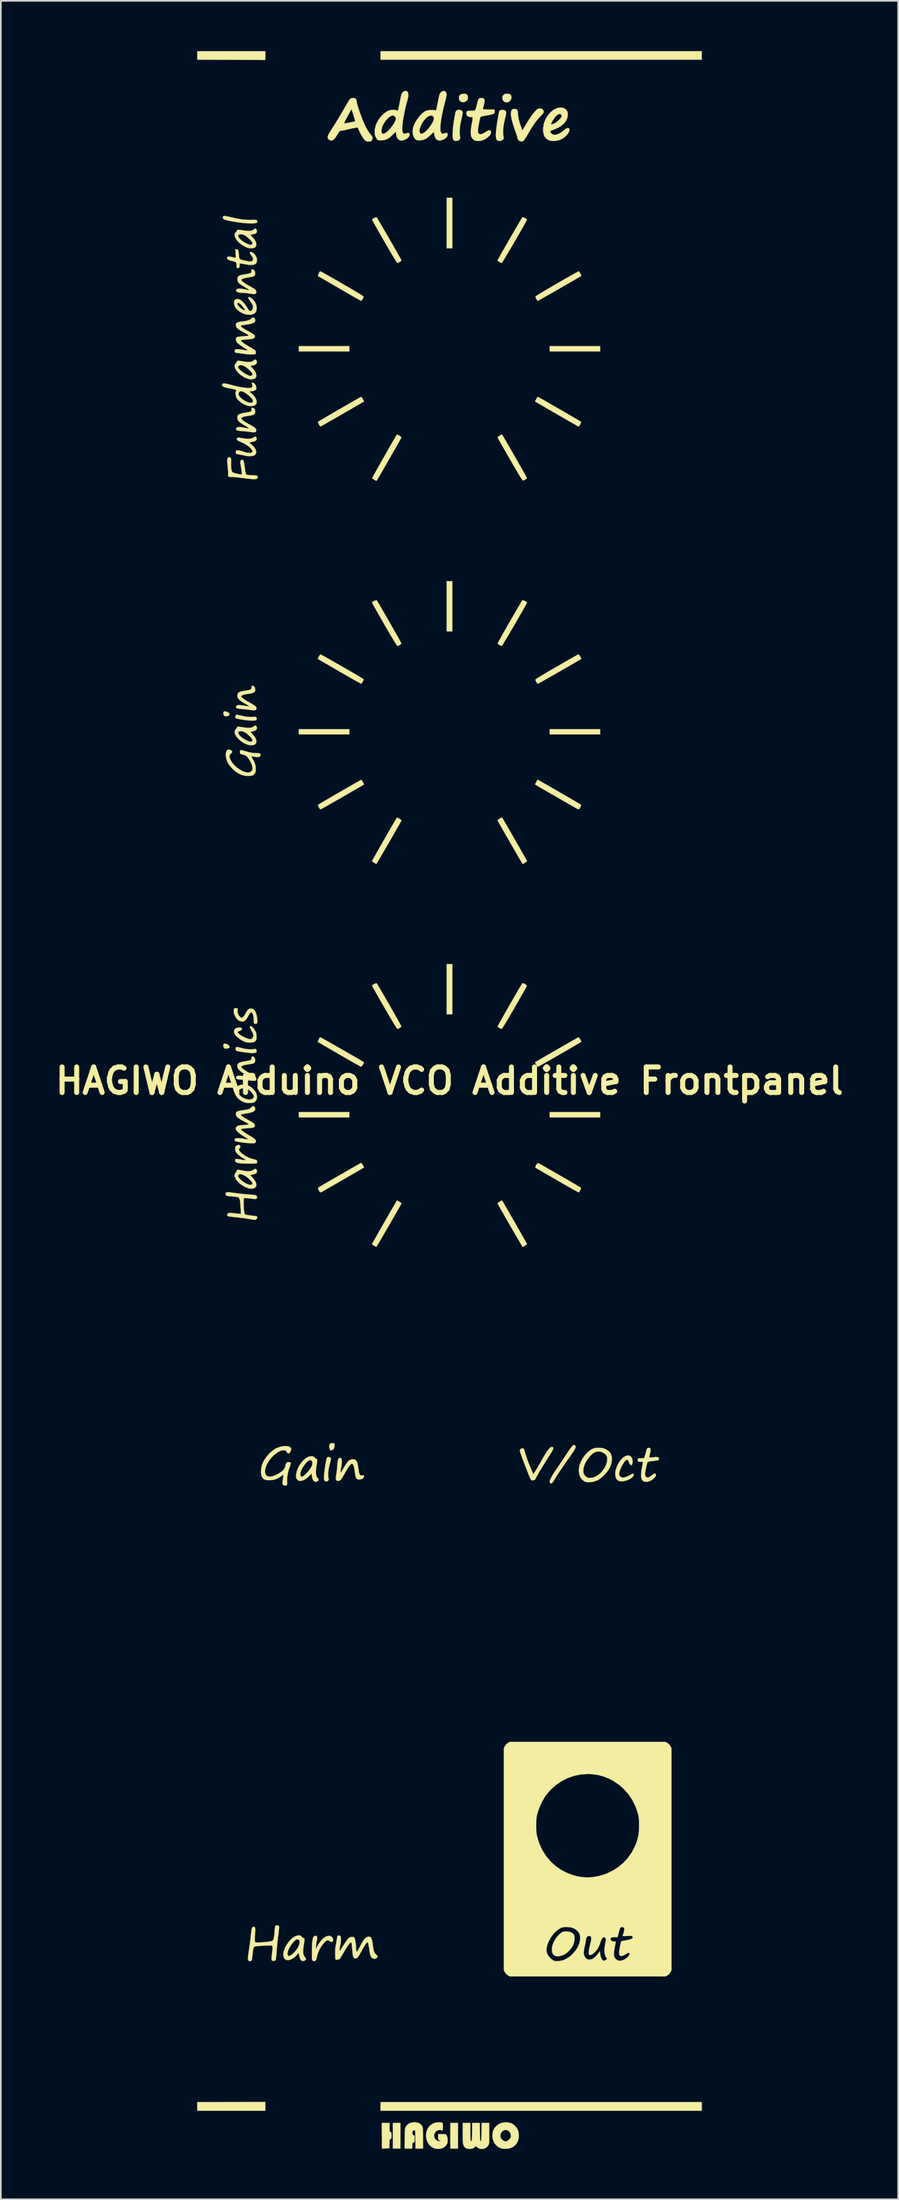
<source format=kicad_pcb>
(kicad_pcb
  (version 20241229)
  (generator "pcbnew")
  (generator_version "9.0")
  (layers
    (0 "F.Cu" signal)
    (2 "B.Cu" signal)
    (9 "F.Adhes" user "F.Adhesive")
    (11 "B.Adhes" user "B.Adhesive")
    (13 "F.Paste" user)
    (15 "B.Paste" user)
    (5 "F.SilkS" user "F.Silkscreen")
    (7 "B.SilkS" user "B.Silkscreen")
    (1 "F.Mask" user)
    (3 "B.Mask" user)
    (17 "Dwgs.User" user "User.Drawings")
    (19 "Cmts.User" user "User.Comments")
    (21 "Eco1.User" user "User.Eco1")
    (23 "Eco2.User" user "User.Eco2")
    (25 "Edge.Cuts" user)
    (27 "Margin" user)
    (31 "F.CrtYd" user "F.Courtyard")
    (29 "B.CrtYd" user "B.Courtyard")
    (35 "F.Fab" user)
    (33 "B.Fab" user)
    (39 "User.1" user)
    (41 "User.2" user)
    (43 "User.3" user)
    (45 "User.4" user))
  (footprint "HAGIWO Arduino VCO Additive Frontpanel"
    (layer "F.Cu")
    (at 23.811 61.473)
    (property "Reference" "HAGIWO Arduino VCO Additive Frontpanel" (at 0 0 0) (layer "F.SilkS") (effects (font (size 1.524 1.524) (thickness 0.3))))
    (attr through_hole)
    (fp_poly (pts (xy -5.983 -43.547) (xy -9.003 -43.547) (xy -9.003 -43.857) (xy -5.983 -43.857) (xy -5.983 -43.547)) (stroke (width 0.01) (type solid)) (fill yes) (layer "F.SilkS"))
    (fp_poly (pts (xy -5.983 -20.687) (xy -9.003 -20.687) (xy -9.003 -20.997) (xy -5.983 -20.997) (xy -5.983 -20.687)) (stroke (width 0.01) (type solid)) (fill yes) (layer "F.SilkS"))
    (fp_poly (pts (xy -5.983 2.173) (xy -9.003 2.173) (xy -9.003 1.863) (xy -5.983 1.863) (xy -5.983 2.173)) (stroke (width 0.01) (type solid)) (fill yes) (layer "F.SilkS"))
    (fp_poly (pts (xy -2.935 63.726) (xy -3.387 63.726) (xy -3.387 62.202) (xy -2.935 62.202) (xy -2.935 63.726)) (stroke (width 0.01) (type solid)) (fill yes) (layer "F.SilkS"))
    (fp_poly (pts (xy 0.169 -49.699) (xy -0.169 -49.699) (xy -0.169 -52.719) (xy 0.169 -52.719) (xy 0.169 -49.699)) (stroke (width 0.01) (type solid)) (fill yes) (layer "F.SilkS"))
    (fp_poly (pts (xy 0.169 -26.839) (xy -0.169 -26.839) (xy -0.169 -29.831) (xy 0.169 -29.831) (xy 0.169 -26.839)) (stroke (width 0.01) (type solid)) (fill yes) (layer "F.SilkS"))
    (fp_poly (pts (xy 0.169 -3.979) (xy -0.169 -3.979) (xy -0.169 -6.971) (xy 0.169 -6.971) (xy 0.169 -3.979)) (stroke (width 0.01) (type solid)) (fill yes) (layer "F.SilkS"))
    (fp_poly (pts (xy 9.003 -43.547) (xy 5.983 -43.547) (xy 5.983 -43.857) (xy 9.003 -43.857) (xy 9.003 -43.547)) (stroke (width 0.01) (type solid)) (fill yes) (layer "F.SilkS"))
    (fp_poly (pts (xy 9.003 -20.687) (xy 5.983 -20.687) (xy 5.983 -20.997) (xy 9.003 -20.997) (xy 9.003 -20.687)) (stroke (width 0.01) (type solid)) (fill yes) (layer "F.SilkS"))
    (fp_poly (pts (xy 9.003 2.173) (xy 5.983 2.173) (xy 5.983 1.863) (xy 9.003 1.863) (xy 9.003 2.173)) (stroke (width 0.01) (type solid)) (fill yes) (layer "F.SilkS"))
    (fp_poly (pts (xy 15.071 -60.96) (xy -4.12 -60.96) (xy -4.12 -61.468) (xy 15.071 -61.468) (xy 15.071 -60.96)) (stroke (width 0.01) (type solid)) (fill yes) (layer "F.SilkS"))
    (fp_poly (pts (xy 15.071 61.468) (xy -4.12 61.468) (xy -4.12 60.96) (xy 15.071 60.96) (xy 15.071 61.468)) (stroke (width 0.01) (type solid)) (fill yes) (layer "F.SilkS"))
    (fp_poly (pts (xy -11.007 61.207) (xy -11.007 61.468) (xy -15.071 61.468) (xy -15.071 60.961) (xy -11.007 60.946) (xy -11.007 61.207)) (stroke (width 0.01) (type solid)) (fill yes) (layer "F.SilkS"))
    (fp_poly (pts (xy 0.508 63.726) (xy 0.058 63.726) (xy 0.05 63.408) (xy 0.048 63.26) (xy 0.047 63.076) (xy 0.048 62.878) (xy 0.05 62.687) (xy 0.051 62.646) (xy 0.059 62.202) (xy 0.508 62.202) (xy 0.508 63.726)) (stroke (width 0.01) (type solid)) (fill yes) (layer "F.SilkS"))
    (fp_poly (pts (xy -13.373 -22.056) (xy -13.366 -22.054) (xy -13.262 -22.02) (xy -13.188 -21.969) (xy -13.15 -21.909) (xy -13.153 -21.849) (xy -13.203 -21.799) (xy -13.208 -21.797) (xy -13.314 -21.763) (xy -13.409 -21.771) (xy -13.472 -21.811) (xy -13.511 -21.889) (xy -13.514 -21.98) (xy -13.494 -22.037) (xy -13.453 -22.06) (xy -13.373 -22.056)) (stroke (width 0.01) (type solid)) (fill yes) (layer "F.SilkS"))
    (fp_poly (pts (xy -13.311 -2.199) (xy -13.225 -2.154) (xy -13.166 -2.099) (xy -13.16 -2.088) (xy -13.144 -2.018) (xy -13.177 -1.969) (xy -13.261 -1.937) (xy -13.31 -1.928) (xy -13.395 -1.926) (xy -13.451 -1.95) (xy -13.469 -1.968) (xy -13.505 -2.034) (xy -13.518 -2.113) (xy -13.506 -2.182) (xy -13.472 -2.221) (xy -13.4 -2.224) (xy -13.311 -2.199)) (stroke (width 0.01) (type solid)) (fill yes) (layer "F.SilkS"))
    (fp_poly (pts (xy -6.914 21.63) (xy -6.871 21.67) (xy -6.864 21.747) (xy -6.869 21.788) (xy -6.894 21.904) (xy -6.932 21.977) (xy -6.99 22.022) (xy -7.029 22.038) (xy -7.087 22.054) (xy -7.121 22.04) (xy -7.15 21.987) (xy -7.156 21.971) (xy -7.192 21.842) (xy -7.184 21.737) (xy -7.136 21.662) (xy -7.05 21.623) (xy -7 21.619) (xy -6.914 21.63)) (stroke (width 0.01) (type solid)) (fill yes) (layer "F.SilkS"))
    (fp_poly (pts (xy -11.007 -61.2) (xy -11.007 -61.086) (xy -11.009 -60.997) (xy -11.012 -60.946) (xy -11.014 -60.939) (xy -11.042 -60.94) (xy -11.123 -60.941) (xy -11.251 -60.943) (xy -11.422 -60.944) (xy -11.632 -60.946) (xy -11.875 -60.947) (xy -12.149 -60.949) (xy -12.447 -60.95) (xy -12.766 -60.952) (xy -13.046 -60.953) (xy -15.071 -60.96) (xy -15.071 -61.468) (xy -11.007 -61.468) (xy -11.007 -61.2)) (stroke (width 0.01) (type solid)) (fill yes) (layer "F.SilkS"))
    (fp_poly (pts (xy 3.555 -58.917) (xy 3.634 -58.881) (xy 3.682 -58.815) (xy 3.69 -58.795) (xy 3.702 -58.681) (xy 3.67 -58.577) (xy 3.604 -58.49) (xy 3.512 -58.432) (xy 3.406 -58.412) (xy 3.311 -58.433) (xy 3.224 -58.49) (xy 3.176 -58.574) (xy 3.161 -58.696) (xy 3.161 -58.698) (xy 3.184 -58.808) (xy 3.25 -58.883) (xy 3.359 -58.922) (xy 3.435 -58.928) (xy 3.555 -58.917)) (stroke (width 0.01) (type solid)) (fill yes) (layer "F.SilkS"))
    (fp_poly (pts (xy 0.949 -58.922) (xy 1.015 -58.9) (xy 1.072 -58.841) (xy 1.102 -58.749) (xy 1.1 -58.645) (xy 1.096 -58.626) (xy 1.044 -58.528) (xy 0.959 -58.46) (xy 0.856 -58.425) (xy 0.748 -58.427) (xy 0.652 -58.472) (xy 0.634 -58.489) (xy 0.578 -58.579) (xy 0.56 -58.684) (xy 0.579 -58.787) (xy 0.635 -58.867) (xy 0.639 -58.87) (xy 0.725 -58.91) (xy 0.838 -58.928) (xy 0.949 -58.922)) (stroke (width 0.01) (type solid)) (fill yes) (layer "F.SilkS"))
    (fp_poly (pts (xy -12.693 -21.856) (xy -12.609 -21.842) (xy -12.498 -21.817) (xy -12.422 -21.797) (xy -12.138 -21.739) (xy -11.85 -21.721) (xy -11.629 -21.736) (xy -11.568 -21.721) (xy -11.528 -21.67) (xy -11.518 -21.604) (xy -11.541 -21.549) (xy -11.595 -21.523) (xy -11.697 -21.51) (xy -11.842 -21.509) (xy -12.024 -21.521) (xy -12.236 -21.545) (xy -12.39 -21.567) (xy -12.548 -21.594) (xy -12.67 -21.622) (xy -12.748 -21.647) (xy -12.774 -21.663) (xy -12.794 -21.723) (xy -12.785 -21.794) (xy -12.752 -21.847) (xy -12.737 -21.856) (xy -12.693 -21.856)) (stroke (width 0.01) (type solid)) (fill yes) (layer "F.SilkS"))
    (fp_poly (pts (xy -3.817 62.202) (xy -3.584 62.202) (xy -3.584 62.47) (xy -3.583 62.595) (xy -3.579 62.673) (xy -3.57 62.716) (xy -3.553 62.734) (xy -3.528 62.738) (xy -3.499 62.743) (xy -3.482 62.766) (xy -3.474 62.818) (xy -3.471 62.912) (xy -3.471 62.95) (xy -3.473 63.058) (xy -3.479 63.122) (xy -3.493 63.152) (xy -3.518 63.161) (xy -3.527 63.161) (xy -3.552 63.166) (xy -3.569 63.187) (xy -3.58 63.233) (xy -3.586 63.317) (xy -3.59 63.437) (xy -3.598 63.712) (xy -3.816 63.72) (xy -4.034 63.728) (xy -4.042 62.965) (xy -4.05 62.202) (xy -3.817 62.202)) (stroke (width 0.01) (type solid)) (fill yes) (layer "F.SilkS"))
    (fp_poly (pts (xy -12.638 -2.015) (xy -12.519 -1.988) (xy -12.428 -1.962) (xy -12.192 -1.909) (xy -11.967 -1.883) (xy -11.767 -1.886) (xy -11.677 -1.899) (xy -11.606 -1.91) (xy -11.567 -1.897) (xy -11.539 -1.852) (xy -11.537 -1.848) (xy -11.519 -1.77) (xy -11.546 -1.713) (xy -11.619 -1.678) (xy -11.74 -1.663) (xy -11.911 -1.669) (xy -12.133 -1.694) (xy -12.155 -1.697) (xy -12.356 -1.726) (xy -12.507 -1.748) (xy -12.617 -1.767) (xy -12.691 -1.783) (xy -12.738 -1.8) (xy -12.763 -1.819) (xy -12.774 -1.842) (xy -12.778 -1.873) (xy -12.779 -1.899) (xy -12.779 -1.964) (xy -12.761 -2.005) (xy -12.716 -2.021) (xy -12.638 -2.015)) (stroke (width 0.01) (type solid)) (fill yes) (layer "F.SilkS"))
    (fp_poly (pts (xy 0.675 -57.95) (xy 0.754 -57.898) (xy 0.789 -57.819) (xy 0.79 -57.799) (xy 0.783 -57.737) (xy 0.765 -57.636) (xy 0.738 -57.514) (xy 0.719 -57.436) (xy 0.647 -57.105) (xy 0.609 -56.814) (xy 0.605 -56.559) (xy 0.635 -56.334) (xy 0.64 -56.312) (xy 0.633 -56.237) (xy 0.584 -56.174) (xy 0.508 -56.13) (xy 0.417 -56.108) (xy 0.327 -56.114) (xy 0.25 -56.153) (xy 0.237 -56.165) (xy 0.206 -56.234) (xy 0.189 -56.353) (xy 0.185 -56.516) (xy 0.195 -56.72) (xy 0.217 -56.959) (xy 0.252 -57.229) (xy 0.3 -57.524) (xy 0.355 -57.818) (xy 0.397 -57.907) (xy 0.48 -57.958) (xy 0.56 -57.968) (xy 0.675 -57.95)) (stroke (width 0.01) (type solid)) (fill yes) (layer "F.SilkS"))
    (fp_poly (pts (xy -7.213 22.452) (xy -7.197 22.456) (xy -7.145 22.47) (xy -7.11 22.489) (xy -7.092 22.522) (xy -7.09 22.576) (xy -7.103 22.66) (xy -7.133 22.782) (xy -7.177 22.949) (xy -7.178 22.955) (xy -7.225 23.168) (xy -7.25 23.375) (xy -7.252 23.562) (xy -7.231 23.713) (xy -7.227 23.726) (xy -7.224 23.815) (xy -7.267 23.876) (xy -7.353 23.903) (xy -7.376 23.904) (xy -7.441 23.888) (xy -7.481 23.829) (xy -7.482 23.827) (xy -7.497 23.742) (xy -7.498 23.605) (xy -7.485 23.419) (xy -7.457 23.187) (xy -7.416 22.91) (xy -7.411 22.879) (xy -7.382 22.709) (xy -7.356 22.589) (xy -7.33 22.51) (xy -7.3 22.466) (xy -7.262 22.449) (xy -7.213 22.452)) (stroke (width 0.01) (type solid)) (fill yes) (layer "F.SilkS"))
    (fp_poly (pts (xy 7.159 50.786) (xy 7.301 50.839) (xy 7.405 50.923) (xy 7.44 50.975) (xy 7.47 51.083) (xy 7.474 51.223) (xy 7.453 51.378) (xy 7.408 51.534) (xy 7.379 51.605) (xy 7.291 51.751) (xy 7.171 51.897) (xy 7.033 52.029) (xy 6.893 52.131) (xy 6.825 52.166) (xy 6.703 52.211) (xy 6.576 52.241) (xy 6.461 52.255) (xy 6.379 52.249) (xy 6.378 52.248) (xy 6.262 52.198) (xy 6.186 52.132) (xy 6.174 52.114) (xy 6.123 51.962) (xy 6.117 51.786) (xy 6.152 51.596) (xy 6.227 51.4) (xy 6.339 51.205) (xy 6.484 51.024) (xy 6.597 50.909) (xy 6.693 50.833) (xy 6.787 50.789) (xy 6.892 50.77) (xy 6.987 50.767) (xy 7.159 50.786)) (stroke (width 0.01) (type solid)) (fill yes) (layer "F.SilkS"))
    (fp_poly (pts (xy -13.443 -51.632) (xy -13.353 -51.62) (xy -13.232 -51.597) (xy -13.09 -51.565) (xy -13.031 -51.551) (xy -12.751 -51.486) (xy -12.508 -51.44) (xy -12.289 -51.41) (xy -12.081 -51.397) (xy -11.867 -51.396) (xy -11.843 -51.397) (xy -11.707 -51.401) (xy -11.616 -51.4) (xy -11.559 -51.393) (xy -11.525 -51.379) (xy -11.502 -51.356) (xy -11.497 -51.349) (xy -11.475 -51.285) (xy -11.504 -51.237) (xy -11.585 -51.205) (xy -11.718 -51.187) (xy -11.905 -51.185) (xy -12.121 -51.196) (xy -12.314 -51.213) (xy -12.518 -51.237) (xy -12.725 -51.266) (xy -12.926 -51.299) (xy -13.11 -51.333) (xy -13.269 -51.368) (xy -13.393 -51.401) (xy -13.472 -51.431) (xy -13.483 -51.437) (xy -13.532 -51.492) (xy -13.546 -51.557) (xy -13.523 -51.612) (xy -13.49 -51.633) (xy -13.443 -51.632)) (stroke (width 0.01) (type solid)) (fill yes) (layer "F.SilkS"))
    (fp_poly (pts (xy 3.264 -57.952) (xy 3.324 -57.925) (xy 3.361 -57.888) (xy 3.381 -57.836) (xy 3.382 -57.761) (xy 3.366 -57.654) (xy 3.332 -57.504) (xy 3.317 -57.447) (xy 3.241 -57.098) (xy 3.204 -56.785) (xy 3.206 -56.509) (xy 3.236 -56.312) (xy 3.229 -56.237) (xy 3.181 -56.175) (xy 3.104 -56.13) (xy 3.013 -56.108) (xy 2.923 -56.113) (xy 2.847 -56.152) (xy 2.834 -56.164) (xy 2.8 -56.219) (xy 2.778 -56.297) (xy 2.768 -56.404) (xy 2.77 -56.545) (xy 2.784 -56.723) (xy 2.811 -56.944) (xy 2.85 -57.212) (xy 2.878 -57.39) (xy 2.907 -57.564) (xy 2.929 -57.692) (xy 2.945 -57.781) (xy 2.959 -57.839) (xy 2.971 -57.876) (xy 2.985 -57.899) (xy 3.001 -57.918) (xy 3.008 -57.924) (xy 3.074 -57.957) (xy 3.168 -57.967) (xy 3.264 -57.952)) (stroke (width 0.01) (type solid)) (fill yes) (layer "F.SilkS"))
    (fp_poly (pts (xy -5.255 -17.953) (xy -5.21 -17.893) (xy -5.181 -17.84) (xy -5.109 -17.698) (xy -5.37 -17.545) (xy -5.531 -17.451) (xy -5.715 -17.344) (xy -5.917 -17.227) (xy -6.13 -17.104) (xy -6.35 -16.977) (xy -6.571 -16.85) (xy -6.787 -16.727) (xy -6.992 -16.609) (xy -7.181 -16.502) (xy -7.347 -16.407) (xy -7.487 -16.328) (xy -7.593 -16.268) (xy -7.661 -16.231) (xy -7.683 -16.22) (xy -7.721 -16.222) (xy -7.764 -16.263) (xy -7.807 -16.33) (xy -7.846 -16.409) (xy -7.861 -16.466) (xy -7.857 -16.482) (xy -7.828 -16.5) (xy -7.757 -16.543) (xy -7.647 -16.608) (xy -7.506 -16.691) (xy -7.338 -16.789) (xy -7.149 -16.899) (xy -6.945 -17.018) (xy -6.731 -17.142) (xy -6.513 -17.268) (xy -6.296 -17.393) (xy -6.087 -17.514) (xy -5.89 -17.627) (xy -5.712 -17.73) (xy -5.558 -17.818) (xy -5.433 -17.889) (xy -5.344 -17.939) (xy -5.295 -17.966) (xy -5.288 -17.969) (xy -5.255 -17.953)) (stroke (width 0.01) (type solid)) (fill yes) (layer "F.SilkS"))
    (fp_poly (pts (xy -5.255 -40.814) (xy -5.207 -40.75) (xy -5.181 -40.7) (xy -5.108 -40.558) (xy -5.299 -40.447) (xy -5.515 -40.322) (xy -5.744 -40.189) (xy -5.982 -40.052) (xy -6.223 -39.913) (xy -6.461 -39.775) (xy -6.693 -39.642) (xy -6.912 -39.517) (xy -7.114 -39.401) (xy -7.293 -39.299) (xy -7.445 -39.213) (xy -7.564 -39.146) (xy -7.644 -39.101) (xy -7.682 -39.081) (xy -7.683 -39.08) (xy -7.721 -39.082) (xy -7.762 -39.121) (xy -7.807 -39.19) (xy -7.849 -39.268) (xy -7.863 -39.315) (xy -7.85 -39.346) (xy -7.843 -39.353) (xy -7.812 -39.374) (xy -7.738 -39.418) (xy -7.626 -39.484) (xy -7.483 -39.569) (xy -7.313 -39.668) (xy -7.122 -39.779) (xy -6.917 -39.898) (xy -6.702 -40.023) (xy -6.484 -40.149) (xy -6.268 -40.273) (xy -6.06 -40.393) (xy -5.866 -40.504) (xy -5.691 -40.605) (xy -5.54 -40.69) (xy -5.42 -40.758) (xy -5.337 -40.804) (xy -5.295 -40.826) (xy -5.293 -40.827) (xy -5.255 -40.814)) (stroke (width 0.01) (type solid)) (fill yes) (layer "F.SilkS"))
    (fp_poly (pts (xy 7.47 21.742) (xy 7.494 21.76) (xy 7.526 21.798) (xy 7.536 21.845) (xy 7.522 21.909) (xy 7.482 21.995) (xy 7.413 22.11) (xy 7.312 22.258) (xy 7.237 22.365) (xy 7.082 22.583) (xy 6.928 22.802) (xy 6.78 23.017) (xy 6.641 23.22) (xy 6.518 23.405) (xy 6.414 23.564) (xy 6.333 23.692) (xy 6.281 23.781) (xy 6.28 23.783) (xy 6.2 23.916) (xy 6.129 23.996) (xy 6.068 24.023) (xy 6.032 24.014) (xy 5.994 23.965) (xy 5.983 23.909) (xy 5.999 23.842) (xy 6.044 23.739) (xy 6.112 23.609) (xy 6.198 23.463) (xy 6.297 23.309) (xy 6.366 23.208) (xy 6.425 23.124) (xy 6.507 23.004) (xy 6.605 22.859) (xy 6.712 22.698) (xy 6.821 22.534) (xy 6.834 22.515) (xy 6.98 22.294) (xy 7.099 22.116) (xy 7.195 21.978) (xy 7.27 21.874) (xy 7.329 21.802) (xy 7.375 21.756) (xy 7.411 21.734) (xy 7.442 21.731) (xy 7.47 21.742)) (stroke (width 0.01) (type solid)) (fill yes) (layer "F.SilkS"))
    (fp_poly (pts (xy -7.703 -48.32) (xy -7.632 -48.283) (xy -7.521 -48.222) (xy -7.375 -48.141) (xy -7.198 -48.042) (xy -6.995 -47.927) (xy -6.771 -47.799) (xy -6.531 -47.661) (xy -6.417 -47.596) (xy -6.1 -47.412) (xy -5.831 -47.254) (xy -5.607 -47.122) (xy -5.429 -47.014) (xy -5.294 -46.929) (xy -5.2 -46.867) (xy -5.146 -46.826) (xy -5.131 -46.805) (xy -5.154 -46.743) (xy -5.193 -46.672) (xy -5.238 -46.609) (xy -5.277 -46.572) (xy -5.287 -46.569) (xy -5.317 -46.583) (xy -5.391 -46.624) (xy -5.505 -46.687) (xy -5.653 -46.77) (xy -5.831 -46.872) (xy -6.034 -46.988) (xy -6.258 -47.117) (xy -6.497 -47.256) (xy -6.576 -47.302) (xy -6.819 -47.443) (xy -7.048 -47.576) (xy -7.258 -47.698) (xy -7.444 -47.805) (xy -7.602 -47.896) (xy -7.726 -47.967) (xy -7.812 -48.017) (xy -7.856 -48.041) (xy -7.86 -48.043) (xy -7.861 -48.07) (xy -7.842 -48.129) (xy -7.811 -48.202) (xy -7.774 -48.272) (xy -7.741 -48.321) (xy -7.73 -48.332) (xy -7.703 -48.32)) (stroke (width 0.01) (type solid)) (fill yes) (layer "F.SilkS"))
    (fp_poly (pts (xy -3.111 -38.576) (xy -3.052 -38.548) (xy -2.982 -38.507) (xy -2.919 -38.461) (xy -2.879 -38.423) (xy -2.873 -38.408) (xy -2.888 -38.379) (xy -2.927 -38.308) (xy -2.989 -38.198) (xy -3.069 -38.057) (xy -3.164 -37.889) (xy -3.272 -37.701) (xy -3.388 -37.498) (xy -3.51 -37.285) (xy -3.634 -37.069) (xy -3.757 -36.854) (xy -3.876 -36.647) (xy -3.988 -36.453) (xy -4.089 -36.278) (xy -4.176 -36.128) (xy -4.247 -36.008) (xy -4.296 -35.923) (xy -4.315 -35.892) (xy -4.363 -35.815) (xy -4.487 -35.881) (xy -4.561 -35.926) (xy -4.611 -35.964) (xy -4.622 -35.978) (xy -4.61 -36.006) (xy -4.572 -36.076) (xy -4.513 -36.185) (xy -4.435 -36.326) (xy -4.342 -36.494) (xy -4.236 -36.682) (xy -4.12 -36.887) (xy -3.999 -37.101) (xy -3.874 -37.32) (xy -3.75 -37.538) (xy -3.629 -37.749) (xy -3.515 -37.948) (xy -3.41 -38.13) (xy -3.318 -38.288) (xy -3.242 -38.417) (xy -3.185 -38.513) (xy -3.15 -38.568) (xy -3.142 -38.579) (xy -3.111 -38.576)) (stroke (width 0.01) (type solid)) (fill yes) (layer "F.SilkS"))
    (fp_poly (pts (xy -5.266 4.908) (xy -5.224 4.953) (xy -5.181 5.024) (xy -5.106 5.162) (xy -5.171 5.202) (xy -5.217 5.23) (xy -5.304 5.282) (xy -5.427 5.353) (xy -5.58 5.441) (xy -5.756 5.544) (xy -5.952 5.656) (xy -6.159 5.776) (xy -6.374 5.9) (xy -6.59 6.024) (xy -6.802 6.145) (xy -7.004 6.261) (xy -7.19 6.368) (xy -7.355 6.462) (xy -7.492 6.54) (xy -7.597 6.6) (xy -7.664 6.637) (xy -7.686 6.648) (xy -7.734 6.642) (xy -7.753 6.626) (xy -7.799 6.557) (xy -7.836 6.48) (xy -7.858 6.414) (xy -7.855 6.377) (xy -7.855 6.377) (xy -7.826 6.359) (xy -7.754 6.315) (xy -7.644 6.25) (xy -7.502 6.167) (xy -7.334 6.069) (xy -7.145 5.959) (xy -6.94 5.841) (xy -6.727 5.717) (xy -6.509 5.592) (xy -6.293 5.467) (xy -6.085 5.348) (xy -5.889 5.236) (xy -5.713 5.135) (xy -5.56 5.048) (xy -5.438 4.979) (xy -5.352 4.931) (xy -5.306 4.906) (xy -5.302 4.904) (xy -5.266 4.908)) (stroke (width 0.01) (type solid)) (fill yes) (layer "F.SilkS"))
    (fp_poly (pts (xy -4.35 -5.827) (xy -4.328 -5.794) (xy -4.282 -5.719) (xy -4.215 -5.606) (xy -4.13 -5.462) (xy -4.031 -5.292) (xy -3.92 -5.101) (xy -3.802 -4.896) (xy -3.678 -4.681) (xy -3.553 -4.463) (xy -3.43 -4.247) (xy -3.311 -4.038) (xy -3.201 -3.843) (xy -3.101 -3.667) (xy -3.016 -3.516) (xy -2.949 -3.394) (xy -2.903 -3.308) (xy -2.88 -3.264) (xy -2.879 -3.259) (xy -2.901 -3.224) (xy -2.957 -3.179) (xy -3.027 -3.137) (xy -3.091 -3.109) (xy -3.117 -3.104) (xy -3.138 -3.128) (xy -3.184 -3.196) (xy -3.252 -3.305) (xy -3.34 -3.448) (xy -3.445 -3.623) (xy -3.565 -3.824) (xy -3.695 -4.046) (xy -3.835 -4.286) (xy -3.891 -4.384) (xy -4.033 -4.629) (xy -4.165 -4.861) (xy -4.286 -5.073) (xy -4.393 -5.261) (xy -4.483 -5.421) (xy -4.554 -5.548) (xy -4.602 -5.637) (xy -4.626 -5.684) (xy -4.628 -5.689) (xy -4.605 -5.721) (xy -4.548 -5.76) (xy -4.476 -5.798) (xy -4.406 -5.824) (xy -4.358 -5.831) (xy -4.35 -5.827)) (stroke (width 0.01) (type solid)) (fill yes) (layer "F.SilkS"))
    (fp_poly (pts (xy -4.35 -28.687) (xy -4.328 -28.655) (xy -4.281 -28.579) (xy -4.214 -28.467) (xy -4.129 -28.322) (xy -4.03 -28.152) (xy -3.92 -27.962) (xy -3.801 -27.756) (xy -3.678 -27.542) (xy -3.553 -27.323) (xy -3.429 -27.107) (xy -3.311 -26.899) (xy -3.2 -26.704) (xy -3.101 -26.528) (xy -3.016 -26.376) (xy -2.949 -26.255) (xy -2.902 -26.169) (xy -2.88 -26.124) (xy -2.879 -26.12) (xy -2.901 -26.084) (xy -2.957 -26.039) (xy -3.026 -25.997) (xy -3.091 -25.969) (xy -3.116 -25.964) (xy -3.137 -25.988) (xy -3.183 -26.056) (xy -3.251 -26.165) (xy -3.339 -26.308) (xy -3.444 -26.483) (xy -3.564 -26.683) (xy -3.694 -26.906) (xy -3.834 -27.146) (xy -3.891 -27.244) (xy -4.032 -27.49) (xy -4.165 -27.722) (xy -4.286 -27.934) (xy -4.393 -28.123) (xy -4.483 -28.283) (xy -4.554 -28.41) (xy -4.602 -28.499) (xy -4.626 -28.547) (xy -4.628 -28.552) (xy -4.605 -28.585) (xy -4.548 -28.624) (xy -4.475 -28.661) (xy -4.405 -28.687) (xy -4.357 -28.691) (xy -4.35 -28.687)) (stroke (width 0.01) (type solid)) (fill yes) (layer "F.SilkS"))
    (fp_poly (pts (xy -4.349 -51.547) (xy -4.33 -51.518) (xy -4.286 -51.445) (xy -4.22 -51.334) (xy -4.137 -51.192) (xy -4.038 -51.023) (xy -3.928 -50.834) (xy -3.809 -50.629) (xy -3.685 -50.416) (xy -3.56 -50.198) (xy -3.435 -49.982) (xy -3.315 -49.773) (xy -3.203 -49.577) (xy -3.102 -49.4) (xy -3.015 -49.247) (xy -2.946 -49.125) (xy -2.897 -49.037) (xy -2.873 -48.991) (xy -2.87 -48.985) (xy -2.889 -48.957) (xy -2.941 -48.915) (xy -3.01 -48.872) (xy -3.076 -48.838) (xy -3.121 -48.825) (xy -3.141 -48.849) (xy -3.185 -48.917) (xy -3.253 -49.025) (xy -3.34 -49.168) (xy -3.444 -49.343) (xy -3.563 -49.543) (xy -3.693 -49.766) (xy -3.833 -50.005) (xy -3.89 -50.105) (xy -4.032 -50.351) (xy -4.164 -50.582) (xy -4.285 -50.795) (xy -4.392 -50.984) (xy -4.483 -51.144) (xy -4.553 -51.271) (xy -4.602 -51.36) (xy -4.626 -51.407) (xy -4.628 -51.413) (xy -4.605 -51.446) (xy -4.548 -51.485) (xy -4.474 -51.521) (xy -4.405 -51.547) (xy -4.357 -51.551) (xy -4.349 -51.547)) (stroke (width 0.01) (type solid)) (fill yes) (layer "F.SilkS"))
    (fp_poly (pts (xy 4.456 -5.814) (xy 4.528 -5.775) (xy 4.588 -5.729) (xy 4.619 -5.685) (xy 4.62 -5.67) (xy 4.603 -5.637) (xy 4.562 -5.56) (xy 4.497 -5.443) (xy 4.412 -5.292) (xy 4.309 -5.111) (xy 4.192 -4.906) (xy 4.063 -4.68) (xy 3.924 -4.439) (xy 3.88 -4.363) (xy 3.696 -4.046) (xy 3.539 -3.777) (xy 3.407 -3.555) (xy 3.3 -3.379) (xy 3.217 -3.248) (xy 3.157 -3.16) (xy 3.12 -3.114) (xy 3.108 -3.107) (xy 3.055 -3.123) (xy 2.983 -3.158) (xy 2.97 -3.166) (xy 2.911 -3.211) (xy 2.88 -3.252) (xy 2.879 -3.258) (xy 2.892 -3.288) (xy 2.931 -3.36) (xy 2.992 -3.471) (xy 3.071 -3.613) (xy 3.166 -3.782) (xy 3.273 -3.971) (xy 3.39 -4.176) (xy 3.512 -4.39) (xy 3.637 -4.608) (xy 3.761 -4.824) (xy 3.882 -5.033) (xy 3.995 -5.23) (xy 4.098 -5.407) (xy 4.188 -5.561) (xy 4.262 -5.685) (xy 4.315 -5.774) (xy 4.346 -5.821) (xy 4.35 -5.827) (xy 4.391 -5.835) (xy 4.456 -5.814)) (stroke (width 0.01) (type solid)) (fill yes) (layer "F.SilkS"))
    (fp_poly (pts (xy 5.295 -17.964) (xy 5.365 -17.925) (xy 5.473 -17.864) (xy 5.613 -17.785) (xy 5.78 -17.69) (xy 5.967 -17.583) (xy 6.17 -17.466) (xy 6.383 -17.344) (xy 6.6 -17.219) (xy 6.816 -17.094) (xy 7.025 -16.973) (xy 7.221 -16.86) (xy 7.399 -16.756) (xy 7.554 -16.666) (xy 7.68 -16.592) (xy 7.77 -16.538) (xy 7.821 -16.507) (xy 7.828 -16.502) (xy 7.858 -16.476) (xy 7.864 -16.446) (xy 7.845 -16.396) (xy 7.821 -16.348) (xy 7.781 -16.275) (xy 7.747 -16.226) (xy 7.738 -16.217) (xy 7.7 -16.22) (xy 7.634 -16.245) (xy 7.603 -16.261) (xy 7.555 -16.287) (xy 7.465 -16.339) (xy 7.338 -16.411) (xy 7.181 -16.501) (xy 7 -16.604) (xy 6.802 -16.718) (xy 6.593 -16.838) (xy 6.379 -16.962) (xy 6.166 -17.084) (xy 5.961 -17.202) (xy 5.77 -17.313) (xy 5.6 -17.412) (xy 5.456 -17.495) (xy 5.37 -17.546) (xy 5.109 -17.698) (xy 5.18 -17.838) (xy 5.221 -17.915) (xy 5.254 -17.965) (xy 5.268 -17.978) (xy 5.295 -17.964)) (stroke (width 0.01) (type solid)) (fill yes) (layer "F.SilkS"))
    (fp_poly (pts (xy 5.33 -40.808) (xy 5.409 -40.764) (xy 5.525 -40.699) (xy 5.671 -40.616) (xy 5.844 -40.518) (xy 6.036 -40.407) (xy 6.243 -40.288) (xy 6.458 -40.164) (xy 6.676 -40.038) (xy 6.891 -39.914) (xy 7.098 -39.794) (xy 7.291 -39.682) (xy 7.463 -39.581) (xy 7.61 -39.494) (xy 7.726 -39.426) (xy 7.805 -39.378) (xy 7.841 -39.355) (xy 7.843 -39.354) (xy 7.862 -39.325) (xy 7.856 -39.284) (xy 7.822 -39.216) (xy 7.806 -39.189) (xy 7.763 -39.117) (xy 7.733 -39.07) (xy 7.724 -39.06) (xy 7.698 -39.072) (xy 7.64 -39.102) (xy 7.615 -39.115) (xy 7.572 -39.139) (xy 7.486 -39.188) (xy 7.363 -39.258) (xy 7.207 -39.347) (xy 7.026 -39.451) (xy 6.824 -39.568) (xy 6.607 -39.692) (xy 6.381 -39.822) (xy 6.151 -39.955) (xy 5.924 -40.086) (xy 5.705 -40.212) (xy 5.499 -40.331) (xy 5.312 -40.439) (xy 5.299 -40.447) (xy 5.108 -40.558) (xy 5.181 -40.7) (xy 5.232 -40.788) (xy 5.273 -40.826) (xy 5.295 -40.826) (xy 5.33 -40.808)) (stroke (width 0.01) (type solid)) (fill yes) (layer "F.SilkS"))
    (fp_poly (pts (xy 7.755 -48.301) (xy 7.791 -48.241) (xy 7.828 -48.168) (xy 7.859 -48.102) (xy 7.874 -48.06) (xy 7.873 -48.054) (xy 7.843 -48.035) (xy 7.77 -47.991) (xy 7.66 -47.927) (xy 7.518 -47.844) (xy 7.349 -47.747) (xy 7.16 -47.638) (xy 6.955 -47.52) (xy 6.741 -47.397) (xy 6.523 -47.272) (xy 6.305 -47.147) (xy 6.095 -47.027) (xy 5.897 -46.914) (xy 5.717 -46.812) (xy 5.561 -46.723) (xy 5.433 -46.652) (xy 5.341 -46.6) (xy 5.288 -46.571) (xy 5.278 -46.567) (xy 5.25 -46.589) (xy 5.21 -46.644) (xy 5.197 -46.665) (xy 5.158 -46.738) (xy 5.133 -46.797) (xy 5.131 -46.805) (xy 5.148 -46.827) (xy 5.204 -46.869) (xy 5.3 -46.933) (xy 5.439 -47.019) (xy 5.621 -47.13) (xy 5.848 -47.264) (xy 6.122 -47.424) (xy 6.418 -47.595) (xy 6.665 -47.737) (xy 6.897 -47.87) (xy 7.11 -47.991) (xy 7.299 -48.098) (xy 7.459 -48.188) (xy 7.587 -48.258) (xy 7.676 -48.306) (xy 7.724 -48.33) (xy 7.73 -48.332) (xy 7.755 -48.301)) (stroke (width 0.01) (type solid)) (fill yes) (layer "F.SilkS"))
    (fp_poly (pts (xy -7.705 -2.599) (xy -7.636 -2.562) (xy -7.529 -2.503) (xy -7.39 -2.425) (xy -7.223 -2.331) (xy -7.036 -2.224) (xy -6.832 -2.109) (xy -6.618 -1.987) (xy -6.399 -1.862) (xy -6.181 -1.737) (xy -5.968 -1.615) (xy -5.768 -1.499) (xy -5.584 -1.393) (xy -5.422 -1.299) (xy -5.289 -1.221) (xy -5.189 -1.162) (xy -5.129 -1.125) (xy -5.112 -1.114) (xy -5.117 -1.083) (xy -5.146 -1.026) (xy -5.189 -0.957) (xy -5.235 -0.895) (xy -5.272 -0.855) (xy -5.286 -0.848) (xy -5.316 -0.862) (xy -5.391 -0.902) (xy -5.504 -0.965) (xy -5.653 -1.049) (xy -5.831 -1.15) (xy -6.035 -1.266) (xy -6.26 -1.395) (xy -6.5 -1.534) (xy -6.59 -1.585) (xy -6.834 -1.727) (xy -7.064 -1.86) (xy -7.274 -1.982) (xy -7.459 -2.09) (xy -7.616 -2.182) (xy -7.74 -2.254) (xy -7.826 -2.304) (xy -7.869 -2.33) (xy -7.873 -2.333) (xy -7.867 -2.361) (xy -7.842 -2.42) (xy -7.806 -2.492) (xy -7.769 -2.559) (xy -7.739 -2.604) (xy -7.731 -2.611) (xy -7.705 -2.599)) (stroke (width 0.01) (type solid)) (fill yes) (layer "F.SilkS"))
    (fp_poly (pts (xy -3.112 7.145) (xy -3.054 7.173) (xy -2.985 7.215) (xy -2.922 7.261) (xy -2.881 7.299) (xy -2.874 7.316) (xy -2.89 7.349) (xy -2.931 7.424) (xy -2.993 7.535) (xy -3.075 7.679) (xy -3.171 7.848) (xy -3.28 8.038) (xy -3.397 8.242) (xy -3.521 8.456) (xy -3.647 8.674) (xy -3.772 8.89) (xy -3.894 9.099) (xy -4.008 9.296) (xy -4.113 9.474) (xy -4.204 9.629) (xy -4.279 9.755) (xy -4.334 9.846) (xy -4.366 9.897) (xy -4.373 9.906) (xy -4.404 9.892) (xy -4.467 9.858) (xy -4.508 9.834) (xy -4.578 9.787) (xy -4.621 9.749) (xy -4.628 9.735) (xy -4.615 9.708) (xy -4.576 9.638) (xy -4.516 9.529) (xy -4.436 9.389) (xy -4.342 9.222) (xy -4.235 9.033) (xy -4.118 8.829) (xy -3.996 8.615) (xy -3.871 8.397) (xy -3.746 8.18) (xy -3.625 7.969) (xy -3.511 7.77) (xy -3.406 7.589) (xy -3.315 7.432) (xy -3.239 7.303) (xy -3.184 7.208) (xy -3.151 7.154) (xy -3.143 7.143) (xy -3.112 7.145)) (stroke (width 0.01) (type solid)) (fill yes) (layer "F.SilkS"))
    (fp_poly (pts (xy -3.11 -15.716) (xy -3.052 -15.689) (xy -2.983 -15.647) (xy -2.92 -15.601) (xy -2.879 -15.563) (xy -2.873 -15.547) (xy -2.889 -15.515) (xy -2.929 -15.441) (xy -2.992 -15.329) (xy -3.073 -15.186) (xy -3.169 -15.017) (xy -3.278 -14.828) (xy -3.395 -14.623) (xy -3.519 -14.409) (xy -3.645 -14.192) (xy -3.77 -13.975) (xy -3.892 -13.766) (xy -4.007 -13.569) (xy -4.111 -13.39) (xy -4.203 -13.234) (xy -4.278 -13.108) (xy -4.333 -13.016) (xy -4.366 -12.964) (xy -4.373 -12.954) (xy -4.404 -12.968) (xy -4.466 -13.002) (xy -4.508 -13.026) (xy -4.578 -13.073) (xy -4.621 -13.112) (xy -4.628 -13.126) (xy -4.615 -13.153) (xy -4.576 -13.224) (xy -4.516 -13.333) (xy -4.436 -13.473) (xy -4.341 -13.641) (xy -4.234 -13.829) (xy -4.118 -14.033) (xy -3.995 -14.248) (xy -3.87 -14.466) (xy -3.745 -14.684) (xy -3.624 -14.894) (xy -3.51 -15.093) (xy -3.405 -15.274) (xy -3.313 -15.431) (xy -3.238 -15.56) (xy -3.182 -15.654) (xy -3.149 -15.708) (xy -3.142 -15.719) (xy -3.11 -15.716)) (stroke (width 0.01) (type solid)) (fill yes) (layer "F.SilkS"))
    (fp_poly (pts (xy 3.142 -15.719) (xy 3.161 -15.69) (xy 3.205 -15.617) (xy 3.269 -15.507) (xy 3.352 -15.365) (xy 3.45 -15.197) (xy 3.559 -15.008) (xy 3.677 -14.803) (xy 3.8 -14.589) (xy 3.926 -14.37) (xy 4.05 -14.153) (xy 4.17 -13.942) (xy 4.283 -13.744) (xy 4.385 -13.564) (xy 4.473 -13.408) (xy 4.545 -13.28) (xy 4.596 -13.187) (xy 4.624 -13.135) (xy 4.628 -13.125) (xy 4.607 -13.1) (xy 4.553 -13.058) (xy 4.485 -13.013) (xy 4.421 -12.974) (xy 4.376 -12.955) (xy 4.372 -12.954) (xy 4.356 -12.978) (xy 4.314 -13.046) (xy 4.25 -13.154) (xy 4.165 -13.297) (xy 4.063 -13.471) (xy 3.946 -13.672) (xy 3.817 -13.894) (xy 3.679 -14.133) (xy 3.62 -14.234) (xy 3.479 -14.48) (xy 3.345 -14.712) (xy 3.223 -14.925) (xy 3.115 -15.114) (xy 3.024 -15.275) (xy 2.952 -15.403) (xy 2.901 -15.493) (xy 2.876 -15.541) (xy 2.873 -15.547) (xy 2.891 -15.576) (xy 2.941 -15.618) (xy 3.009 -15.663) (xy 3.076 -15.701) (xy 3.127 -15.721) (xy 3.142 -15.719)) (stroke (width 0.01) (type solid)) (fill yes) (layer "F.SilkS"))
    (fp_poly (pts (xy 3.143 -38.579) (xy 3.161 -38.55) (xy 3.205 -38.478) (xy 3.269 -38.368) (xy 3.352 -38.226) (xy 3.45 -38.058) (xy 3.559 -37.869) (xy 3.677 -37.665) (xy 3.8 -37.45) (xy 3.925 -37.232) (xy 4.05 -37.015) (xy 4.17 -36.804) (xy 4.283 -36.606) (xy 4.385 -36.426) (xy 4.473 -36.27) (xy 4.545 -36.143) (xy 4.596 -36.05) (xy 4.624 -35.997) (xy 4.628 -35.987) (xy 4.606 -35.958) (xy 4.549 -35.915) (xy 4.476 -35.871) (xy 4.402 -35.837) (xy 4.401 -35.836) (xy 4.385 -35.843) (xy 4.356 -35.874) (xy 4.314 -35.933) (xy 4.256 -36.021) (xy 4.18 -36.143) (xy 4.084 -36.301) (xy 3.968 -36.498) (xy 3.827 -36.738) (xy 3.662 -37.024) (xy 3.619 -37.099) (xy 3.477 -37.345) (xy 3.344 -37.576) (xy 3.222 -37.789) (xy 3.114 -37.978) (xy 3.022 -38.138) (xy 2.95 -38.266) (xy 2.9 -38.356) (xy 2.875 -38.403) (xy 2.872 -38.409) (xy 2.89 -38.437) (xy 2.942 -38.479) (xy 3.009 -38.524) (xy 3.077 -38.561) (xy 3.127 -38.581) (xy 3.143 -38.579)) (stroke (width 0.01) (type solid)) (fill yes) (layer "F.SilkS"))
    (fp_poly (pts (xy 3.144 7.143) (xy 3.162 7.172) (xy 3.206 7.245) (xy 3.27 7.355) (xy 3.353 7.497) (xy 3.451 7.665) (xy 3.56 7.854) (xy 3.677 8.059) (xy 3.801 8.273) (xy 3.926 8.492) (xy 4.05 8.709) (xy 4.17 8.92) (xy 4.283 9.118) (xy 4.385 9.297) (xy 4.473 9.454) (xy 4.545 9.581) (xy 4.596 9.674) (xy 4.624 9.726) (xy 4.628 9.736) (xy 4.607 9.761) (xy 4.553 9.802) (xy 4.485 9.847) (xy 4.42 9.886) (xy 4.376 9.905) (xy 4.371 9.906) (xy 4.355 9.882) (xy 4.313 9.814) (xy 4.249 9.706) (xy 4.164 9.563) (xy 4.062 9.389) (xy 3.945 9.189) (xy 3.816 8.967) (xy 3.678 8.727) (xy 3.621 8.629) (xy 3.479 8.383) (xy 3.346 8.151) (xy 3.224 7.938) (xy 3.116 7.749) (xy 3.024 7.588) (xy 2.952 7.46) (xy 2.902 7.37) (xy 2.877 7.322) (xy 2.874 7.316) (xy 2.891 7.287) (xy 2.942 7.245) (xy 3.009 7.199) (xy 3.077 7.161) (xy 3.127 7.141) (xy 3.144 7.143)) (stroke (width 0.01) (type solid)) (fill yes) (layer "F.SilkS"))
    (fp_poly (pts (xy 4.452 -51.531) (xy 4.526 -51.496) (xy 4.59 -51.457) (xy 4.626 -51.421) (xy 4.628 -51.412) (xy 4.615 -51.38) (xy 4.576 -51.305) (xy 4.514 -51.194) (xy 4.434 -51.051) (xy 4.338 -50.881) (xy 4.23 -50.692) (xy 4.112 -50.488) (xy 3.988 -50.274) (xy 3.862 -50.056) (xy 3.735 -49.84) (xy 3.612 -49.631) (xy 3.496 -49.434) (xy 3.39 -49.256) (xy 3.297 -49.101) (xy 3.221 -48.976) (xy 3.164 -48.885) (xy 3.129 -48.834) (xy 3.121 -48.825) (xy 3.08 -48.838) (xy 3.011 -48.872) (xy 2.977 -48.891) (xy 2.911 -48.935) (xy 2.874 -48.972) (xy 2.87 -48.983) (xy 2.885 -49.013) (xy 2.925 -49.086) (xy 2.987 -49.196) (xy 3.067 -49.339) (xy 3.163 -49.507) (xy 3.272 -49.697) (xy 3.389 -49.901) (xy 3.512 -50.115) (xy 3.638 -50.333) (xy 3.763 -50.549) (xy 3.884 -50.758) (xy 3.997 -50.953) (xy 4.101 -51.131) (xy 4.19 -51.284) (xy 4.263 -51.407) (xy 4.316 -51.495) (xy 4.345 -51.541) (xy 4.349 -51.547) (xy 4.387 -51.551) (xy 4.452 -51.531)) (stroke (width 0.01) (type solid)) (fill yes) (layer "F.SilkS"))
    (fp_poly (pts (xy 4.452 -28.671) (xy 4.526 -28.636) (xy 4.59 -28.597) (xy 4.626 -28.561) (xy 4.628 -28.552) (xy 4.615 -28.519) (xy 4.576 -28.444) (xy 4.514 -28.332) (xy 4.434 -28.189) (xy 4.338 -28.02) (xy 4.23 -27.83) (xy 4.112 -27.626) (xy 3.988 -27.412) (xy 3.862 -27.194) (xy 3.735 -26.978) (xy 3.613 -26.769) (xy 3.497 -26.573) (xy 3.39 -26.395) (xy 3.298 -26.241) (xy 3.221 -26.115) (xy 3.164 -26.025) (xy 3.13 -25.974) (xy 3.122 -25.966) (xy 3.079 -25.979) (xy 3.009 -26.01) (xy 2.985 -26.023) (xy 2.919 -26.066) (xy 2.882 -26.106) (xy 2.879 -26.117) (xy 2.892 -26.147) (xy 2.931 -26.22) (xy 2.992 -26.331) (xy 3.071 -26.474) (xy 3.166 -26.643) (xy 3.274 -26.832) (xy 3.39 -27.037) (xy 3.512 -27.252) (xy 3.637 -27.47) (xy 3.761 -27.686) (xy 3.882 -27.895) (xy 3.995 -28.092) (xy 4.099 -28.269) (xy 4.188 -28.423) (xy 4.262 -28.546) (xy 4.315 -28.635) (xy 4.346 -28.682) (xy 4.35 -28.687) (xy 4.387 -28.691) (xy 4.452 -28.671)) (stroke (width 0.01) (type solid)) (fill yes) (layer "F.SilkS"))
    (fp_poly (pts (xy 5.336 4.922) (xy 5.413 4.964) (xy 5.527 5.029) (xy 5.672 5.111) (xy 5.844 5.209) (xy 6.035 5.318) (xy 6.241 5.437) (xy 6.455 5.56) (xy 6.673 5.686) (xy 6.888 5.81) (xy 7.096 5.93) (xy 7.289 6.043) (xy 7.463 6.144) (xy 7.612 6.231) (xy 7.731 6.301) (xy 7.813 6.35) (xy 7.853 6.376) (xy 7.856 6.378) (xy 7.857 6.413) (xy 7.835 6.476) (xy 7.799 6.549) (xy 7.759 6.612) (xy 7.724 6.648) (xy 7.719 6.65) (xy 7.69 6.638) (xy 7.616 6.6) (xy 7.504 6.539) (xy 7.356 6.458) (xy 7.179 6.358) (xy 6.976 6.243) (xy 6.753 6.116) (xy 6.513 5.978) (xy 6.435 5.932) (xy 6.191 5.791) (xy 5.961 5.658) (xy 5.75 5.536) (xy 5.563 5.428) (xy 5.405 5.336) (xy 5.279 5.263) (xy 5.192 5.212) (xy 5.147 5.186) (xy 5.143 5.183) (xy 5.131 5.147) (xy 5.148 5.084) (xy 5.183 5.013) (xy 5.228 4.949) (xy 5.273 4.909) (xy 5.302 4.904) (xy 5.336 4.922)) (stroke (width 0.01) (type solid)) (fill yes) (layer "F.SilkS"))
    (fp_poly (pts (xy 7.731 -2.585) (xy 7.773 -2.534) (xy 7.818 -2.466) (xy 7.855 -2.399) (xy 7.875 -2.348) (xy 7.873 -2.333) (xy 7.844 -2.314) (xy 7.772 -2.271) (xy 7.662 -2.206) (xy 7.52 -2.123) (xy 7.352 -2.025) (xy 7.162 -1.916) (xy 6.958 -1.798) (xy 6.744 -1.675) (xy 6.525 -1.55) (xy 6.308 -1.425) (xy 6.098 -1.305) (xy 5.9 -1.192) (xy 5.72 -1.09) (xy 5.563 -1.002) (xy 5.436 -0.93) (xy 5.344 -0.879) (xy 5.291 -0.851) (xy 5.281 -0.847) (xy 5.253 -0.869) (xy 5.21 -0.927) (xy 5.179 -0.976) (xy 5.138 -1.05) (xy 5.115 -1.101) (xy 5.113 -1.114) (xy 5.14 -1.132) (xy 5.211 -1.174) (xy 5.32 -1.237) (xy 5.461 -1.319) (xy 5.628 -1.416) (xy 5.817 -1.526) (xy 6.022 -1.643) (xy 6.236 -1.767) (xy 6.454 -1.892) (xy 6.672 -2.017) (xy 6.883 -2.138) (xy 7.081 -2.251) (xy 7.261 -2.354) (xy 7.418 -2.444) (xy 7.546 -2.516) (xy 7.639 -2.568) (xy 7.692 -2.598) (xy 7.702 -2.602) (xy 7.731 -2.585)) (stroke (width 0.01) (type solid)) (fill yes) (layer "F.SilkS"))
    (fp_poly (pts (xy -7.669 -25.446) (xy -7.596 -25.406) (xy -7.486 -25.344) (xy -7.344 -25.264) (xy -7.175 -25.168) (xy -6.986 -25.06) (xy -6.782 -24.943) (xy -6.568 -24.821) (xy -6.351 -24.697) (xy -6.136 -24.573) (xy -5.929 -24.453) (xy -5.734 -24.341) (xy -5.559 -24.24) (xy -5.408 -24.152) (xy -5.288 -24.082) (xy -5.203 -24.031) (xy -5.16 -24.005) (xy -5.158 -24.004) (xy -5.132 -23.98) (xy -5.129 -23.95) (xy -5.15 -23.896) (xy -5.177 -23.846) (xy -5.222 -23.773) (xy -5.265 -23.725) (xy -5.282 -23.716) (xy -5.313 -23.728) (xy -5.388 -23.767) (xy -5.502 -23.829) (xy -5.651 -23.912) (xy -5.83 -24.012) (xy -6.033 -24.128) (xy -6.258 -24.257) (xy -6.497 -24.395) (xy -6.576 -24.441) (xy -6.819 -24.582) (xy -7.048 -24.715) (xy -7.258 -24.837) (xy -7.444 -24.945) (xy -7.601 -25.036) (xy -7.726 -25.107) (xy -7.812 -25.157) (xy -7.856 -25.181) (xy -7.86 -25.183) (xy -7.865 -25.212) (xy -7.844 -25.269) (xy -7.808 -25.338) (xy -7.765 -25.404) (xy -7.724 -25.45) (xy -7.698 -25.461) (xy -7.669 -25.446)) (stroke (width 0.01) (type solid)) (fill yes) (layer "F.SilkS"))
    (fp_poly (pts (xy 7.728 -25.444) (xy 7.771 -25.394) (xy 7.817 -25.327) (xy 7.856 -25.26) (xy 7.875 -25.21) (xy 7.873 -25.194) (xy 7.844 -25.175) (xy 7.771 -25.131) (xy 7.661 -25.066) (xy 7.518 -24.984) (xy 7.35 -24.886) (xy 7.161 -24.777) (xy 6.956 -24.659) (xy 6.742 -24.536) (xy 6.523 -24.41) (xy 6.306 -24.286) (xy 6.096 -24.166) (xy 5.898 -24.053) (xy 5.718 -23.951) (xy 5.562 -23.862) (xy 5.435 -23.791) (xy 5.342 -23.739) (xy 5.29 -23.711) (xy 5.28 -23.707) (xy 5.251 -23.729) (xy 5.21 -23.783) (xy 5.201 -23.798) (xy 5.161 -23.872) (xy 5.132 -23.93) (xy 5.13 -23.935) (xy 5.136 -23.951) (xy 5.163 -23.978) (xy 5.215 -24.017) (xy 5.296 -24.071) (xy 5.408 -24.141) (xy 5.555 -24.23) (xy 5.739 -24.339) (xy 5.965 -24.472) (xy 6.235 -24.628) (xy 6.388 -24.716) (xy 6.634 -24.858) (xy 6.865 -24.991) (xy 7.078 -25.113) (xy 7.267 -25.22) (xy 7.428 -25.312) (xy 7.555 -25.383) (xy 7.645 -25.433) (xy 7.693 -25.459) (xy 7.699 -25.461) (xy 7.728 -25.444)) (stroke (width 0.01) (type solid)) (fill yes) (layer "F.SilkS"))
    (fp_poly (pts (xy -12.13 0.242) (xy -11.962 0.304) (xy -11.8 0.414) (xy -11.754 0.455) (xy -11.619 0.605) (xy -11.537 0.76) (xy -11.505 0.926) (xy -11.505 0.948) (xy -11.522 1.095) (xy -11.581 1.204) (xy -11.682 1.279) (xy -11.699 1.286) (xy -11.815 1.315) (xy -11.96 1.323) (xy -12.111 1.312) (xy -12.246 1.28) (xy -12.246 1.28) (xy -12.422 1.2) (xy -12.577 1.096) (xy -12.699 0.975) (xy -12.775 0.855) (xy -12.811 0.718) (xy -12.811 0.679) (xy -12.611 0.679) (xy -12.582 0.779) (xy -12.511 0.879) (xy -12.4 0.97) (xy -12.314 1.018) (xy -12.126 1.092) (xy -11.967 1.118) (xy -11.836 1.095) (xy -11.751 1.04) (xy -11.702 0.984) (xy -11.689 0.927) (xy -11.71 0.855) (xy -11.767 0.755) (xy -11.768 0.753) (xy -11.877 0.621) (xy -12.012 0.52) (xy -12.16 0.455) (xy -12.309 0.433) (xy -12.431 0.451) (xy -12.537 0.508) (xy -12.596 0.586) (xy -12.611 0.679) (xy -12.811 0.679) (xy -12.811 0.579) (xy -12.776 0.455) (xy -12.739 0.396) (xy -12.64 0.302) (xy -12.527 0.247) (xy -12.384 0.224) (xy -12.318 0.222) (xy -12.13 0.242)) (stroke (width 0.01) (type solid)) (fill yes) (layer "F.SilkS"))
    (fp_poly (pts (xy -7.142 51.035) (xy -7.048 51.082) (xy -6.98 51.165) (xy -6.95 51.265) (xy -6.958 51.339) (xy -6.996 51.382) (xy -7.062 51.391) (xy -7.138 51.367) (xy -7.185 51.334) (xy -7.244 51.295) (xy -7.305 51.295) (xy -7.378 51.337) (xy -7.465 51.414) (xy -7.634 51.616) (xy -7.776 51.854) (xy -7.882 52.115) (xy -7.936 52.333) (xy -7.958 52.431) (xy -7.983 52.488) (xy -8.021 52.518) (xy -8.034 52.524) (xy -8.09 52.544) (xy -8.121 52.544) (xy -8.156 52.522) (xy -8.172 52.51) (xy -8.192 52.491) (xy -8.206 52.465) (xy -8.216 52.421) (xy -8.221 52.351) (xy -8.224 52.248) (xy -8.224 52.102) (xy -8.223 51.98) (xy -8.218 51.713) (xy -8.209 51.497) (xy -8.193 51.328) (xy -8.17 51.202) (xy -8.139 51.114) (xy -8.098 51.059) (xy -8.046 51.034) (xy -7.987 51.032) (xy -7.936 51.049) (xy -7.913 51.096) (xy -7.907 51.134) (xy -7.911 51.231) (xy -7.929 51.317) (xy -7.947 51.39) (xy -7.964 51.497) (xy -7.977 51.615) (xy -7.977 51.618) (xy -7.994 51.83) (xy -7.902 51.656) (xy -7.782 51.456) (xy -7.653 51.29) (xy -7.52 51.161) (xy -7.388 51.074) (xy -7.26 51.031) (xy -7.142 51.035)) (stroke (width 0.01) (type solid)) (fill yes) (layer "F.SilkS"))
    (fp_poly (pts (xy 3.519 62.175) (xy 3.636 62.198) (xy 3.727 62.234) (xy 3.814 62.291) (xy 3.899 62.364) (xy 4.023 62.505) (xy 4.102 62.665) (xy 4.14 62.857) (xy 4.143 62.886) (xy 4.135 63.109) (xy 4.079 63.305) (xy 3.977 63.472) (xy 3.829 63.606) (xy 3.753 63.653) (xy 3.586 63.717) (xy 3.396 63.746) (xy 3.203 63.74) (xy 3.075 63.712) (xy 2.904 63.629) (xy 2.761 63.503) (xy 2.653 63.343) (xy 2.585 63.159) (xy 2.565 62.99) (xy 2.567 62.906) (xy 3.04 62.906) (xy 3.041 63.022) (xy 3.065 63.093) (xy 3.14 63.197) (xy 3.243 63.271) (xy 3.357 63.302) (xy 3.369 63.302) (xy 3.447 63.282) (xy 3.535 63.216) (xy 3.559 63.193) (xy 3.625 63.12) (xy 3.658 63.058) (xy 3.669 62.983) (xy 3.669 62.957) (xy 3.644 62.82) (xy 3.571 62.711) (xy 3.452 62.635) (xy 3.342 62.616) (xy 3.237 62.643) (xy 3.146 62.706) (xy 3.078 62.797) (xy 3.04 62.906) (xy 2.567 62.906) (xy 2.569 62.838) (xy 2.587 62.721) (xy 2.623 62.621) (xy 2.684 62.516) (xy 2.688 62.509) (xy 2.823 62.355) (xy 2.99 62.245) (xy 3.184 62.18) (xy 3.397 62.163) (xy 3.519 62.175)) (stroke (width 0.01) (type solid)) (fill yes) (layer "F.SilkS"))
    (fp_poly (pts (xy -1.878 62.191) (xy -1.747 62.258) (xy -1.652 62.357) (xy -1.609 62.454) (xy -1.6 62.513) (xy -1.593 62.617) (xy -1.587 62.758) (xy -1.583 62.923) (xy -1.581 63.105) (xy -1.581 63.14) (xy -1.58 63.726) (xy -2.031 63.726) (xy -2.038 63.182) (xy -2.041 62.995) (xy -2.044 62.856) (xy -2.049 62.759) (xy -2.055 62.695) (xy -2.065 62.658) (xy -2.078 62.64) (xy -2.097 62.632) (xy -2.108 62.63) (xy -2.17 62.646) (xy -2.211 62.705) (xy -2.226 62.798) (xy -2.224 62.831) (xy -2.207 62.899) (xy -2.166 62.928) (xy -2.152 62.93) (xy -2.119 62.939) (xy -2.1 62.962) (xy -2.091 63.012) (xy -2.089 63.102) (xy -2.088 63.147) (xy -2.09 63.254) (xy -2.096 63.317) (xy -2.111 63.349) (xy -2.138 63.362) (xy -2.152 63.364) (xy -2.187 63.375) (xy -2.208 63.403) (xy -2.218 63.463) (xy -2.224 63.549) (xy -2.232 63.726) (xy -2.686 63.726) (xy -2.676 63.126) (xy -2.673 62.926) (xy -2.669 62.774) (xy -2.664 62.661) (xy -2.657 62.579) (xy -2.646 62.519) (xy -2.632 62.473) (xy -2.613 62.432) (xy -2.601 62.411) (xy -2.507 62.292) (xy -2.38 62.213) (xy -2.221 62.17) (xy -2.039 62.161) (xy -1.878 62.191)) (stroke (width 0.01) (type solid)) (fill yes) (layer "F.SilkS"))
    (fp_poly (pts (xy 10.776 22.377) (xy 10.861 22.448) (xy 10.918 22.553) (xy 10.943 22.685) (xy 10.936 22.804) (xy 10.918 22.879) (xy 10.897 22.926) (xy 10.892 22.932) (xy 10.841 22.934) (xy 10.787 22.892) (xy 10.739 22.813) (xy 10.718 22.754) (xy 10.679 22.656) (xy 10.629 22.612) (xy 10.567 22.623) (xy 10.49 22.688) (xy 10.471 22.709) (xy 10.398 22.809) (xy 10.321 22.942) (xy 10.248 23.09) (xy 10.188 23.236) (xy 10.15 23.361) (xy 10.143 23.401) (xy 10.135 23.487) (xy 10.148 23.544) (xy 10.187 23.595) (xy 10.198 23.606) (xy 10.272 23.658) (xy 10.363 23.678) (xy 10.474 23.663) (xy 10.613 23.613) (xy 10.786 23.526) (xy 10.864 23.482) (xy 10.946 23.449) (xy 10.999 23.457) (xy 11.02 23.495) (xy 11.006 23.555) (xy 10.955 23.628) (xy 10.915 23.666) (xy 10.767 23.768) (xy 10.601 23.843) (xy 10.431 23.888) (xy 10.27 23.902) (xy 10.13 23.879) (xy 10.084 23.861) (xy 9.989 23.78) (xy 9.928 23.657) (xy 9.903 23.49) (xy 9.902 23.443) (xy 9.922 23.265) (xy 9.975 23.082) (xy 10.054 22.902) (xy 10.155 22.735) (xy 10.27 22.588) (xy 10.395 22.469) (xy 10.523 22.388) (xy 10.648 22.353) (xy 10.67 22.352) (xy 10.776 22.377)) (stroke (width 0.01) (type solid)) (fill yes) (layer "F.SilkS"))
    (fp_poly (pts (xy -12.535 3.839) (xy -12.504 3.899) (xy -12.502 3.922) (xy -12.516 3.986) (xy -12.545 4.018) (xy -12.587 4.057) (xy -12.583 4.12) (xy -12.534 4.203) (xy -12.442 4.301) (xy -12.429 4.313) (xy -12.211 4.474) (xy -11.965 4.597) (xy -11.725 4.67) (xy -11.629 4.691) (xy -11.558 4.709) (xy -11.526 4.72) (xy -11.526 4.72) (xy -11.514 4.753) (xy -11.498 4.816) (xy -11.498 4.817) (xy -11.492 4.877) (xy -11.515 4.905) (xy -11.572 4.921) (xy -11.647 4.929) (xy -11.766 4.934) (xy -11.913 4.935) (xy -12.075 4.934) (xy -12.238 4.93) (xy -12.389 4.923) (xy -12.514 4.913) (xy -12.554 4.909) (xy -12.68 4.887) (xy -12.759 4.857) (xy -12.8 4.812) (xy -12.813 4.747) (xy -12.813 4.738) (xy -12.807 4.694) (xy -12.786 4.668) (xy -12.739 4.657) (xy -12.66 4.661) (xy -12.539 4.68) (xy -12.434 4.7) (xy -12.327 4.717) (xy -12.242 4.725) (xy -12.193 4.723) (xy -12.188 4.72) (xy -12.199 4.697) (xy -12.25 4.658) (xy -12.32 4.618) (xy -12.453 4.537) (xy -12.581 4.441) (xy -12.688 4.341) (xy -12.761 4.249) (xy -12.772 4.232) (xy -12.804 4.134) (xy -12.812 4.03) (xy -12.795 3.939) (xy -12.764 3.889) (xy -12.675 3.833) (xy -12.595 3.817) (xy -12.535 3.839)) (stroke (width 0.01) (type solid)) (fill yes) (layer "F.SilkS"))
    (fp_poly (pts (xy -11.82 -3.249) (xy -11.743 -3.181) (xy -11.664 -3.078) (xy -11.604 -2.978) (xy -11.558 -2.871) (xy -11.536 -2.763) (xy -11.53 -2.646) (xy -11.532 -2.54) (xy -11.543 -2.472) (xy -11.567 -2.423) (xy -11.606 -2.379) (xy -11.654 -2.337) (xy -11.706 -2.313) (xy -11.78 -2.3) (xy -11.889 -2.295) (xy -12.002 -2.295) (xy -12.102 -2.301) (xy -12.168 -2.312) (xy -12.168 -2.312) (xy -12.318 -2.374) (xy -12.469 -2.46) (xy -12.611 -2.563) (xy -12.732 -2.672) (xy -12.822 -2.779) (xy -12.868 -2.871) (xy -12.877 -2.988) (xy -12.838 -3.082) (xy -12.756 -3.148) (xy -12.635 -3.182) (xy -12.536 -3.184) (xy -12.455 -3.175) (xy -12.416 -3.158) (xy -12.404 -3.124) (xy -12.404 -3.107) (xy -12.416 -3.058) (xy -12.462 -3.022) (xy -12.516 -3.001) (xy -12.593 -2.97) (xy -12.647 -2.942) (xy -12.655 -2.935) (xy -12.661 -2.895) (xy -12.623 -2.841) (xy -12.551 -2.778) (xy -12.453 -2.711) (xy -12.338 -2.645) (xy -12.216 -2.585) (xy -12.096 -2.536) (xy -11.987 -2.503) (xy -11.897 -2.492) (xy -11.863 -2.496) (xy -11.799 -2.532) (xy -11.751 -2.583) (xy -11.719 -2.68) (xy -11.734 -2.802) (xy -11.796 -2.949) (xy -11.838 -3.022) (xy -11.904 -3.138) (xy -11.933 -3.217) (xy -11.926 -3.261) (xy -11.885 -3.274) (xy -11.82 -3.249)) (stroke (width 0.01) (type solid)) (fill yes) (layer "F.SilkS"))
    (fp_poly (pts (xy 5.538 -58.016) (xy 5.6 -57.949) (xy 5.622 -57.862) (xy 5.618 -57.812) (xy 5.596 -57.762) (xy 5.549 -57.702) (xy 5.471 -57.62) (xy 5.43 -57.58) (xy 5.265 -57.4) (xy 5.092 -57.175) (xy 4.909 -56.9) (xy 4.713 -56.573) (xy 4.712 -56.571) (xy 4.614 -56.402) (xy 4.538 -56.276) (xy 4.477 -56.188) (xy 4.428 -56.13) (xy 4.385 -56.096) (xy 4.342 -56.081) (xy 4.299 -56.078) (xy 4.191 -56.103) (xy 4.133 -56.147) (xy 4.086 -56.21) (xy 4.064 -56.269) (xy 4.064 -56.272) (xy 4.055 -56.318) (xy 4.03 -56.405) (xy 3.992 -56.524) (xy 3.946 -56.664) (xy 3.922 -56.732) (xy 3.831 -56.997) (xy 3.763 -57.218) (xy 3.714 -57.402) (xy 3.684 -57.556) (xy 3.67 -57.688) (xy 3.669 -57.74) (xy 3.681 -57.875) (xy 3.72 -57.964) (xy 3.79 -58.012) (xy 3.881 -58.025) (xy 3.981 -58.009) (xy 4.047 -57.956) (xy 4.083 -57.863) (xy 4.092 -57.74) (xy 4.101 -57.594) (xy 4.129 -57.432) (xy 4.179 -57.242) (xy 4.252 -57.015) (xy 4.267 -56.974) (xy 4.354 -56.728) (xy 4.494 -56.972) (xy 4.625 -57.193) (xy 4.757 -57.401) (xy 4.886 -57.589) (xy 5.006 -57.751) (xy 5.113 -57.881) (xy 5.201 -57.97) (xy 5.238 -57.998) (xy 5.345 -58.045) (xy 5.449 -58.049) (xy 5.538 -58.016)) (stroke (width 0.01) (type solid)) (fill yes) (layer "F.SilkS"))
    (fp_poly (pts (xy 6.129 21.849) (xy 6.179 21.866) (xy 6.202 21.901) (xy 6.195 21.961) (xy 6.158 22.051) (xy 6.089 22.174) (xy 5.988 22.332) (xy 5.89 22.485) (xy 5.784 22.653) (xy 5.673 22.831) (xy 5.563 23.01) (xy 5.458 23.185) (xy 5.361 23.348) (xy 5.276 23.493) (xy 5.208 23.612) (xy 5.16 23.7) (xy 5.138 23.749) (xy 5.136 23.755) (xy 5.113 23.792) (xy 5.064 23.82) (xy 4.968 23.847) (xy 4.901 23.833) (xy 4.85 23.774) (xy 4.826 23.728) (xy 4.788 23.641) (xy 4.737 23.518) (xy 4.676 23.368) (xy 4.609 23.197) (xy 4.539 23.015) (xy 4.468 22.829) (xy 4.4 22.648) (xy 4.337 22.479) (xy 4.284 22.331) (xy 4.242 22.211) (xy 4.214 22.128) (xy 4.205 22.089) (xy 4.226 21.998) (xy 4.284 21.944) (xy 4.362 21.933) (xy 4.416 21.947) (xy 4.45 21.983) (xy 4.477 22.057) (xy 4.481 22.07) (xy 4.54 22.272) (xy 4.596 22.448) (xy 4.654 22.616) (xy 4.722 22.794) (xy 4.807 23.002) (xy 4.821 23.036) (xy 5.006 23.482) (xy 5.146 23.263) (xy 5.215 23.152) (xy 5.3 23.01) (xy 5.391 22.853) (xy 5.478 22.701) (xy 5.483 22.691) (xy 5.621 22.447) (xy 5.738 22.252) (xy 5.837 22.099) (xy 5.92 21.986) (xy 5.991 21.909) (xy 6.051 21.864) (xy 6.105 21.848) (xy 6.129 21.849)) (stroke (width 0.01) (type solid)) (fill yes) (layer "F.SilkS"))
    (fp_poly (pts (xy -0.553 62.169) (xy -0.471 62.176) (xy -0.427 62.185) (xy -0.427 62.185) (xy -0.41 62.224) (xy -0.399 62.309) (xy -0.395 62.431) (xy -0.396 62.543) (xy -0.4 62.609) (xy -0.412 62.639) (xy -0.432 62.644) (xy -0.454 62.638) (xy -0.599 62.617) (xy -0.727 62.647) (xy -0.831 62.725) (xy -0.89 62.814) (xy -0.921 62.934) (xy -0.908 63.053) (xy -0.859 63.159) (xy -0.78 63.239) (xy -0.677 63.282) (xy -0.645 63.285) (xy -0.576 63.278) (xy -0.544 63.259) (xy -0.554 63.237) (xy -0.606 63.223) (xy -0.645 63.214) (xy -0.667 63.191) (xy -0.675 63.141) (xy -0.677 63.048) (xy -0.677 63.04) (xy -0.677 62.865) (xy -0.445 62.865) (xy -0.306 62.87) (xy -0.219 62.883) (xy -0.189 62.9) (xy -0.173 62.935) (xy -0.173 62.942) (xy -0.166 62.969) (xy -0.144 63.015) (xy -0.119 63.1) (xy -0.11 63.214) (xy -0.117 63.334) (xy -0.139 63.436) (xy -0.151 63.462) (xy -0.248 63.591) (xy -0.381 63.685) (xy -0.54 63.74) (xy -0.713 63.753) (xy -0.89 63.721) (xy -0.91 63.714) (xy -1.077 63.627) (xy -1.211 63.503) (xy -1.309 63.352) (xy -1.373 63.181) (xy -1.402 62.999) (xy -1.394 62.816) (xy -1.349 62.639) (xy -1.267 62.478) (xy -1.147 62.342) (xy -1.01 62.248) (xy -0.903 62.201) (xy -0.803 62.176) (xy -0.68 62.167) (xy -0.656 62.167) (xy -0.553 62.169)) (stroke (width 0.01) (type solid)) (fill yes) (layer "F.SilkS"))
    (fp_poly (pts (xy -11.555 -38.431) (xy -11.541 -38.408) (xy -11.517 -38.319) (xy -11.546 -38.246) (xy -11.627 -38.189) (xy -11.762 -38.15) (xy -11.825 -38.14) (xy -11.904 -38.125) (xy -11.953 -38.109) (xy -11.96 -38.099) (xy -11.935 -38.072) (xy -11.878 -38.022) (xy -11.81 -37.966) (xy -11.689 -37.851) (xy -11.604 -37.729) (xy -11.557 -37.608) (xy -11.552 -37.497) (xy -11.59 -37.404) (xy -11.645 -37.353) (xy -11.724 -37.321) (xy -11.836 -37.3) (xy -11.961 -37.292) (xy -12.076 -37.299) (xy -12.085 -37.3) (xy -12.144 -37.311) (xy -12.242 -37.331) (xy -12.366 -37.356) (xy -12.466 -37.377) (xy -12.771 -37.441) (xy -12.771 -37.538) (xy -12.765 -37.604) (xy -12.737 -37.633) (xy -12.679 -37.643) (xy -12.608 -37.638) (xy -12.505 -37.617) (xy -12.391 -37.584) (xy -12.373 -37.578) (xy -12.178 -37.52) (xy -12.017 -37.49) (xy -11.893 -37.488) (xy -11.81 -37.516) (xy -11.771 -37.571) (xy -11.769 -37.595) (xy -11.788 -37.642) (xy -11.838 -37.713) (xy -11.909 -37.793) (xy -11.917 -37.801) (xy -12.077 -37.931) (xy -12.291 -38.059) (xy -12.556 -38.181) (xy -12.594 -38.196) (xy -12.666 -38.233) (xy -12.696 -38.276) (xy -12.7 -38.311) (xy -12.693 -38.362) (xy -12.665 -38.391) (xy -12.608 -38.4) (xy -12.513 -38.391) (xy -12.386 -38.367) (xy -12.176 -38.336) (xy -11.99 -38.331) (xy -11.836 -38.352) (xy -11.724 -38.398) (xy -11.714 -38.405) (xy -11.639 -38.453) (xy -11.591 -38.462) (xy -11.555 -38.431)) (stroke (width 0.01) (type solid)) (fill yes) (layer "F.SilkS"))
    (fp_poly (pts (xy -12.686 -4.33) (xy -12.646 -4.285) (xy -12.656 -4.222) (xy -12.663 -4.208) (xy -12.674 -4.146) (xy -12.655 -4.057) (xy -12.615 -3.958) (xy -12.559 -3.866) (xy -12.496 -3.797) (xy -12.47 -3.78) (xy -12.411 -3.766) (xy -12.351 -3.793) (xy -12.286 -3.866) (xy -12.21 -3.987) (xy -12.203 -4.001) (xy -12.127 -4.134) (xy -12.065 -4.225) (xy -12.01 -4.28) (xy -11.953 -4.308) (xy -11.884 -4.318) (xy -11.861 -4.318) (xy -11.758 -4.302) (xy -11.676 -4.25) (xy -11.609 -4.155) (xy -11.551 -4.012) (xy -11.542 -3.984) (xy -11.513 -3.867) (xy -11.493 -3.739) (xy -11.482 -3.616) (xy -11.483 -3.514) (xy -11.497 -3.449) (xy -11.499 -3.445) (xy -11.538 -3.422) (xy -11.599 -3.416) (xy -11.657 -3.424) (xy -11.688 -3.448) (xy -11.689 -3.45) (xy -11.691 -3.495) (xy -11.694 -3.578) (xy -11.697 -3.682) (xy -11.697 -3.684) (xy -11.709 -3.816) (xy -11.736 -3.936) (xy -11.774 -4.032) (xy -11.817 -4.092) (xy -11.851 -4.106) (xy -11.881 -4.083) (xy -11.93 -4.021) (xy -11.991 -3.93) (xy -12.037 -3.853) (xy -12.124 -3.712) (xy -12.199 -3.618) (xy -12.271 -3.564) (xy -12.349 -3.544) (xy -12.441 -3.552) (xy -12.46 -3.556) (xy -12.574 -3.595) (xy -12.667 -3.662) (xy -12.751 -3.767) (xy -12.804 -3.854) (xy -12.872 -4.004) (xy -12.897 -4.13) (xy -12.897 -4.139) (xy -12.892 -4.247) (xy -12.872 -4.31) (xy -12.83 -4.34) (xy -12.767 -4.346) (xy -12.686 -4.33)) (stroke (width 0.01) (type solid)) (fill yes) (layer "F.SilkS"))
    (fp_poly (pts (xy 1.242 62.736) (xy 1.243 62.914) (xy 1.247 63.066) (xy 1.253 63.184) (xy 1.261 63.261) (xy 1.269 63.287) (xy 1.298 63.29) (xy 1.32 63.254) (xy 1.337 63.177) (xy 1.347 63.054) (xy 1.353 62.881) (xy 1.355 62.698) (xy 1.355 62.202) (xy 1.805 62.202) (xy 1.813 62.745) (xy 1.816 62.936) (xy 1.82 63.077) (xy 1.826 63.176) (xy 1.833 63.24) (xy 1.843 63.274) (xy 1.857 63.288) (xy 1.863 63.288) (xy 1.878 63.281) (xy 1.889 63.254) (xy 1.898 63.202) (xy 1.904 63.115) (xy 1.908 62.989) (xy 1.912 62.816) (xy 1.913 62.745) (xy 1.92 62.202) (xy 2.371 62.202) (xy 2.374 62.745) (xy 2.375 62.961) (xy 2.375 63.128) (xy 2.373 63.253) (xy 2.37 63.345) (xy 2.364 63.41) (xy 2.355 63.457) (xy 2.343 63.493) (xy 2.327 63.526) (xy 2.319 63.539) (xy 2.227 63.649) (xy 2.106 63.72) (xy 1.97 63.753) (xy 1.831 63.744) (xy 1.704 63.691) (xy 1.641 63.641) (xy 1.585 63.591) (xy 1.555 63.582) (xy 1.542 63.599) (xy 1.488 63.667) (xy 1.395 63.716) (xy 1.277 63.744) (xy 1.149 63.748) (xy 1.026 63.724) (xy 0.994 63.712) (xy 0.906 63.647) (xy 0.846 63.55) (xy 0.828 63.505) (xy 0.814 63.454) (xy 0.804 63.39) (xy 0.798 63.303) (xy 0.794 63.186) (xy 0.792 63.03) (xy 0.791 62.826) (xy 0.791 62.816) (xy 0.79 62.202) (xy 1.242 62.202) (xy 1.242 62.736)) (stroke (width 0.01) (type solid)) (fill yes) (layer "F.SilkS"))
    (fp_poly (pts (xy -11.907 -46.771) (xy -11.83 -46.716) (xy -11.745 -46.639) (xy -11.666 -46.551) (xy -11.605 -46.464) (xy -11.595 -46.444) (xy -11.542 -46.301) (xy -11.521 -46.146) (xy -11.532 -46.003) (xy -11.552 -45.94) (xy -11.623 -45.839) (xy -11.736 -45.77) (xy -11.884 -45.735) (xy -12.06 -45.736) (xy -12.138 -45.747) (xy -12.305 -45.796) (xy -12.472 -45.879) (xy -12.624 -45.984) (xy -12.747 -46.104) (xy -12.815 -46.203) (xy -12.859 -46.325) (xy -12.866 -46.377) (xy -12.683 -46.377) (xy -12.642 -46.291) (xy -12.636 -46.283) (xy -12.581 -46.217) (xy -12.507 -46.15) (xy -12.424 -46.088) (xy -12.344 -46.038) (xy -12.276 -46.007) (xy -12.232 -46.001) (xy -12.22 -46.018) (xy -12.238 -46.059) (xy -12.283 -46.127) (xy -12.345 -46.208) (xy -12.413 -46.289) (xy -12.477 -46.355) (xy -12.489 -46.366) (xy -12.578 -46.429) (xy -12.644 -46.449) (xy -12.681 -46.43) (xy -12.683 -46.377) (xy -12.866 -46.377) (xy -12.875 -46.446) (xy -12.861 -46.551) (xy -12.818 -46.624) (xy -12.813 -46.628) (xy -12.715 -46.675) (xy -12.605 -46.67) (xy -12.484 -46.616) (xy -12.359 -46.516) (xy -12.232 -46.371) (xy -12.106 -46.186) (xy -12.078 -46.137) (xy -12.022 -46.048) (xy -11.968 -45.982) (xy -11.929 -45.951) (xy -11.927 -45.95) (xy -11.861 -45.963) (xy -11.798 -46.016) (xy -11.754 -46.093) (xy -11.74 -46.163) (xy -11.756 -46.28) (xy -11.808 -46.403) (xy -11.899 -46.542) (xy -11.935 -46.589) (xy -12.004 -46.684) (xy -12.032 -46.747) (xy -12.018 -46.782) (xy -11.964 -46.792) (xy -11.907 -46.771)) (stroke (width 0.01) (type solid)) (fill yes) (layer "F.SilkS"))
    (fp_poly (pts (xy -8.914 51.012) (xy -8.866 51.052) (xy -8.842 51.078) (xy -8.782 51.134) (xy -8.727 51.165) (xy -8.714 51.167) (xy -8.685 51.176) (xy -8.669 51.209) (xy -8.666 51.274) (xy -8.677 51.376) (xy -8.7 51.525) (xy -8.707 51.562) (xy -8.74 51.811) (xy -8.744 52.012) (xy -8.719 52.168) (xy -8.664 52.281) (xy -8.626 52.32) (xy -8.584 52.38) (xy -8.588 52.442) (xy -8.628 52.494) (xy -8.693 52.528) (xy -8.776 52.534) (xy -8.828 52.52) (xy -8.893 52.465) (xy -8.945 52.358) (xy -8.983 52.204) (xy -8.988 52.172) (xy -9.007 52.034) (xy -9.093 52.138) (xy -9.225 52.276) (xy -9.364 52.381) (xy -9.502 52.45) (xy -9.632 52.481) (xy -9.746 52.472) (xy -9.839 52.421) (xy -9.88 52.371) (xy -9.927 52.241) (xy -9.929 52.14) (xy -9.679 52.14) (xy -9.646 52.205) (xy -9.605 52.234) (xy -9.556 52.231) (xy -9.486 52.194) (xy -9.437 52.159) (xy -9.307 52.049) (xy -9.191 51.921) (xy -9.093 51.783) (xy -9.018 51.645) (xy -8.969 51.514) (xy -8.952 51.399) (xy -8.97 51.308) (xy -8.998 51.27) (xy -9.072 51.238) (xy -9.16 51.258) (xy -9.261 51.329) (xy -9.373 51.451) (xy -9.458 51.567) (xy -9.566 51.744) (xy -9.64 51.901) (xy -9.679 52.035) (xy -9.679 52.14) (xy -9.929 52.14) (xy -9.93 52.085) (xy -9.893 51.908) (xy -9.816 51.717) (xy -9.701 51.519) (xy -9.552 51.32) (xy -9.547 51.315) (xy -9.386 51.158) (xy -9.215 51.055) (xy -9.051 51.008) (xy -8.967 51) (xy -8.914 51.012)) (stroke (width 0.01) (type solid)) (fill yes) (layer "F.SilkS"))
    (fp_poly (pts (xy -11.547 5.27) (xy -11.515 5.32) (xy -11.5 5.416) (xy -11.536 5.493) (xy -11.625 5.552) (xy -11.766 5.594) (xy -11.806 5.602) (xy -11.915 5.62) (xy -11.77 5.773) (xy -11.649 5.921) (xy -11.572 6.058) (xy -11.54 6.181) (xy -11.554 6.286) (xy -11.616 6.366) (xy -11.658 6.393) (xy -11.782 6.428) (xy -11.939 6.422) (xy -12.015 6.407) (xy -12.157 6.357) (xy -12.316 6.275) (xy -12.472 6.171) (xy -12.569 6.092) (xy -12.697 5.959) (xy -12.785 5.825) (xy -12.832 5.697) (xy -12.834 5.636) (xy -12.636 5.636) (xy -12.635 5.702) (xy -12.583 5.788) (xy -12.494 5.885) (xy -12.372 5.989) (xy -12.243 6.076) (xy -12.115 6.143) (xy -11.997 6.186) (xy -11.896 6.203) (xy -11.82 6.192) (xy -11.778 6.15) (xy -11.774 6.131) (xy -11.789 6.072) (xy -11.843 5.991) (xy -11.924 5.899) (xy -12.024 5.806) (xy -12.133 5.72) (xy -12.242 5.652) (xy -12.257 5.645) (xy -12.376 5.59) (xy -12.463 5.565) (xy -12.532 5.567) (xy -12.589 5.589) (xy -12.636 5.636) (xy -12.834 5.636) (xy -12.835 5.582) (xy -12.792 5.487) (xy -12.771 5.463) (xy -12.722 5.406) (xy -12.7 5.355) (xy -12.7 5.352) (xy -12.694 5.325) (xy -12.67 5.311) (xy -12.618 5.31) (xy -12.53 5.321) (xy -12.398 5.345) (xy -12.38 5.348) (xy -12.252 5.369) (xy -12.124 5.384) (xy -12.023 5.39) (xy -12.019 5.39) (xy -11.916 5.382) (xy -11.817 5.36) (xy -11.736 5.329) (xy -11.69 5.295) (xy -11.684 5.279) (xy -11.66 5.257) (xy -11.613 5.249) (xy -11.547 5.27)) (stroke (width 0.01) (type solid)) (fill yes) (layer "F.SilkS"))
    (fp_poly (pts (xy -11.756 -48.441) (xy -11.7 -48.411) (xy -11.65 -48.354) (xy -11.629 -48.307) (xy -11.611 -48.197) (xy -11.628 -48.102) (xy -11.678 -48.038) (xy -11.687 -48.033) (xy -11.736 -48.017) (xy -11.826 -47.997) (xy -11.944 -47.975) (xy -12.029 -47.961) (xy -12.207 -47.929) (xy -12.338 -47.893) (xy -12.419 -47.854) (xy -12.446 -47.813) (xy -12.422 -47.769) (xy -12.354 -47.705) (xy -12.249 -47.627) (xy -12.116 -47.541) (xy -11.966 -47.455) (xy -11.843 -47.386) (xy -11.734 -47.321) (xy -11.65 -47.267) (xy -11.606 -47.235) (xy -11.557 -47.164) (xy -11.544 -47.085) (xy -11.567 -47.018) (xy -11.597 -46.991) (xy -11.635 -46.974) (xy -11.678 -46.967) (xy -11.738 -46.97) (xy -11.829 -46.982) (xy -11.952 -47.004) (xy -12.086 -47.023) (xy -12.241 -47.037) (xy -12.372 -47.044) (xy -12.54 -47.054) (xy -12.657 -47.081) (xy -12.727 -47.126) (xy -12.751 -47.179) (xy -12.737 -47.241) (xy -12.672 -47.279) (xy -12.56 -47.293) (xy -12.401 -47.282) (xy -12.196 -47.245) (xy -12.129 -47.23) (xy -12.043 -47.213) (xy -11.984 -47.207) (xy -11.966 -47.212) (xy -11.989 -47.233) (xy -12.051 -47.276) (xy -12.143 -47.334) (xy -12.248 -47.398) (xy -12.367 -47.47) (xy -12.472 -47.539) (xy -12.551 -47.595) (xy -12.589 -47.627) (xy -12.653 -47.73) (xy -12.677 -47.852) (xy -12.658 -47.968) (xy -12.657 -47.971) (xy -12.63 -48.018) (xy -12.589 -48.055) (xy -12.525 -48.085) (xy -12.428 -48.112) (xy -12.29 -48.138) (xy -12.169 -48.158) (xy -12.02 -48.185) (xy -11.921 -48.211) (xy -11.862 -48.242) (xy -11.837 -48.283) (xy -11.837 -48.336) (xy -11.839 -48.346) (xy -11.838 -48.411) (xy -11.806 -48.442) (xy -11.756 -48.441)) (stroke (width 0.01) (type solid)) (fill yes) (layer "F.SilkS"))
    (fp_poly (pts (xy -11.558 -43.042) (xy -11.521 -42.981) (xy -11.508 -42.906) (xy -11.534 -42.822) (xy -11.61 -42.757) (xy -11.73 -42.717) (xy -11.748 -42.714) (xy -11.825 -42.699) (xy -11.876 -42.687) (xy -11.884 -42.684) (xy -11.875 -42.66) (xy -11.834 -42.608) (xy -11.771 -42.539) (xy -11.771 -42.539) (xy -11.657 -42.401) (xy -11.58 -42.266) (xy -11.543 -42.142) (xy -11.548 -42.036) (xy -11.597 -41.955) (xy -11.599 -41.953) (xy -11.693 -41.901) (xy -11.819 -41.879) (xy -11.959 -41.889) (xy -11.998 -41.897) (xy -12.227 -41.981) (xy -12.443 -42.115) (xy -12.569 -42.22) (xy -12.702 -42.362) (xy -12.792 -42.499) (xy -12.829 -42.608) (xy -12.632 -42.608) (xy -12.595 -42.527) (xy -12.515 -42.434) (xy -12.395 -42.333) (xy -12.376 -42.319) (xy -12.264 -42.245) (xy -12.143 -42.177) (xy -12.03 -42.122) (xy -11.939 -42.088) (xy -11.901 -42.081) (xy -11.86 -42.092) (xy -11.823 -42.109) (xy -11.778 -42.15) (xy -11.775 -42.207) (xy -11.816 -42.284) (xy -11.902 -42.385) (xy -11.948 -42.431) (xy -12.121 -42.58) (xy -12.282 -42.679) (xy -12.43 -42.725) (xy -12.48 -42.728) (xy -12.576 -42.713) (xy -12.626 -42.672) (xy -12.632 -42.608) (xy -12.829 -42.608) (xy -12.836 -42.626) (xy -12.832 -42.739) (xy -12.781 -42.831) (xy -12.771 -42.841) (xy -12.722 -42.896) (xy -12.7 -42.94) (xy -12.7 -42.943) (xy -12.693 -42.97) (xy -12.665 -42.985) (xy -12.609 -42.987) (xy -12.516 -42.978) (xy -12.378 -42.956) (xy -12.335 -42.949) (xy -12.133 -42.921) (xy -11.975 -42.914) (xy -11.853 -42.93) (xy -11.758 -42.968) (xy -11.713 -43) (xy -11.654 -43.044) (xy -11.61 -43.066) (xy -11.606 -43.067) (xy -11.558 -43.042)) (stroke (width 0.01) (type solid)) (fill yes) (layer "F.SilkS"))
    (fp_poly (pts (xy 9.058 21.907) (xy 9.194 21.929) (xy 9.314 21.973) (xy 9.434 22.041) (xy 9.563 22.143) (xy 9.645 22.266) (xy 9.691 22.421) (xy 9.697 22.463) (xy 9.697 22.684) (xy 9.644 22.917) (xy 9.563 23.114) (xy 9.481 23.249) (xy 9.365 23.397) (xy 9.227 23.544) (xy 9.082 23.677) (xy 8.942 23.782) (xy 8.861 23.828) (xy 8.685 23.897) (xy 8.498 23.941) (xy 8.319 23.958) (xy 8.164 23.944) (xy 8.135 23.937) (xy 8.031 23.884) (xy 7.926 23.792) (xy 7.834 23.675) (xy 7.801 23.617) (xy 7.747 23.459) (xy 7.726 23.274) (xy 7.73 23.212) (xy 7.993 23.212) (xy 7.999 23.368) (xy 8.037 23.481) (xy 8.099 23.565) (xy 8.178 23.639) (xy 8.187 23.646) (xy 8.256 23.685) (xy 8.325 23.702) (xy 8.42 23.7) (xy 8.44 23.698) (xy 8.578 23.672) (xy 8.719 23.622) (xy 8.75 23.607) (xy 8.933 23.489) (xy 9.098 23.331) (xy 9.237 23.147) (xy 9.343 22.948) (xy 9.407 22.745) (xy 9.422 22.639) (xy 9.42 22.485) (xy 9.386 22.369) (xy 9.315 22.278) (xy 9.199 22.199) (xy 9.194 22.196) (xy 9.023 22.129) (xy 8.856 22.117) (xy 8.694 22.16) (xy 8.535 22.259) (xy 8.377 22.414) (xy 8.346 22.452) (xy 8.206 22.647) (xy 8.099 22.844) (xy 8.028 23.035) (xy 7.993 23.212) (xy 7.73 23.212) (xy 7.739 23.079) (xy 7.762 22.971) (xy 7.841 22.751) (xy 7.955 22.535) (xy 8.096 22.336) (xy 8.255 22.164) (xy 8.422 22.032) (xy 8.5 21.987) (xy 8.605 21.939) (xy 8.696 21.913) (xy 8.799 21.902) (xy 8.887 21.901) (xy 9.058 21.907)) (stroke (width 0.01) (type solid)) (fill yes) (layer "F.SilkS"))
    (fp_poly (pts (xy -8.144 22.416) (xy -8.099 22.445) (xy -8.078 22.467) (xy -8.016 22.523) (xy -7.966 22.551) (xy -7.932 22.57) (xy -7.912 22.601) (xy -7.905 22.652) (xy -7.911 22.735) (xy -7.93 22.858) (xy -7.945 22.945) (xy -7.976 23.177) (xy -7.985 23.373) (xy -7.97 23.53) (xy -7.933 23.643) (xy -7.873 23.707) (xy -7.871 23.708) (xy -7.825 23.758) (xy -7.826 23.822) (xy -7.872 23.883) (xy -7.88 23.889) (xy -7.972 23.928) (xy -8.057 23.919) (xy -8.106 23.883) (xy -8.165 23.799) (xy -8.203 23.699) (xy -8.226 23.577) (xy -8.245 23.432) (xy -8.391 23.587) (xy -8.542 23.723) (xy -8.696 23.819) (xy -8.845 23.869) (xy -8.915 23.876) (xy -8.999 23.866) (xy -9.063 23.828) (xy -9.103 23.785) (xy -9.144 23.731) (xy -9.165 23.68) (xy -9.171 23.613) (xy -9.166 23.521) (xy -8.917 23.521) (xy -8.9 23.587) (xy -8.857 23.618) (xy -8.817 23.622) (xy -8.767 23.609) (xy -8.701 23.566) (xy -8.612 23.488) (xy -8.539 23.417) (xy -8.4 23.261) (xy -8.293 23.108) (xy -8.222 22.965) (xy -8.189 22.838) (xy -8.196 22.733) (xy -8.236 22.668) (xy -8.307 22.625) (xy -8.357 22.627) (xy -8.437 22.67) (xy -8.53 22.753) (xy -8.628 22.866) (xy -8.722 22.997) (xy -8.806 23.134) (xy -8.87 23.267) (xy -8.907 23.383) (xy -8.911 23.41) (xy -8.917 23.521) (xy -9.166 23.521) (xy -9.166 23.51) (xy -9.165 23.506) (xy -9.133 23.321) (xy -9.065 23.134) (xy -8.969 22.95) (xy -8.852 22.781) (xy -8.719 22.633) (xy -8.578 22.516) (xy -8.436 22.438) (xy -8.311 22.408) (xy -8.209 22.405) (xy -8.144 22.416)) (stroke (width 0.01) (type solid)) (fill yes) (layer "F.SilkS"))
    (fp_poly (pts (xy -11.739 -23.586) (xy -11.686 -23.551) (xy -11.639 -23.488) (xy -11.611 -23.406) (xy -11.607 -23.312) (xy -11.637 -23.239) (xy -11.706 -23.183) (xy -11.819 -23.142) (xy -11.981 -23.111) (xy -12.079 -23.099) (xy -12.228 -23.076) (xy -12.344 -23.044) (xy -12.419 -23.005) (xy -12.446 -22.963) (xy -12.446 -22.963) (xy -12.421 -22.911) (xy -12.352 -22.842) (xy -12.247 -22.762) (xy -12.111 -22.677) (xy -12.063 -22.65) (xy -11.879 -22.548) (xy -11.74 -22.467) (xy -11.642 -22.401) (xy -11.577 -22.347) (xy -11.543 -22.3) (xy -11.532 -22.254) (xy -11.54 -22.206) (xy -11.546 -22.19) (xy -11.567 -22.152) (xy -11.605 -22.134) (xy -11.676 -22.129) (xy -11.718 -22.129) (xy -11.831 -22.136) (xy -11.942 -22.149) (xy -11.98 -22.155) (xy -12.058 -22.167) (xy -12.174 -22.18) (xy -12.307 -22.192) (xy -12.375 -22.198) (xy -12.533 -22.212) (xy -12.643 -22.228) (xy -12.711 -22.25) (xy -12.747 -22.28) (xy -12.756 -22.319) (xy -12.739 -22.381) (xy -12.685 -22.42) (xy -12.589 -22.435) (xy -12.45 -22.429) (xy -12.262 -22.4) (xy -12.23 -22.394) (xy -12.122 -22.375) (xy -12.036 -22.36) (xy -11.985 -22.353) (xy -11.98 -22.353) (xy -11.975 -22.366) (xy -12.017 -22.401) (xy -12.105 -22.458) (xy -12.237 -22.534) (xy -12.269 -22.551) (xy -12.448 -22.661) (xy -12.574 -22.766) (xy -12.65 -22.87) (xy -12.679 -22.977) (xy -12.663 -23.091) (xy -12.662 -23.094) (xy -12.63 -23.154) (xy -12.571 -23.202) (xy -12.477 -23.241) (xy -12.34 -23.273) (xy -12.211 -23.295) (xy -12.055 -23.32) (xy -11.947 -23.345) (xy -11.879 -23.373) (xy -11.843 -23.408) (xy -11.831 -23.455) (xy -11.832 -23.488) (xy -11.823 -23.559) (xy -11.788 -23.59) (xy -11.739 -23.586)) (stroke (width 0.01) (type solid)) (fill yes) (layer "F.SilkS"))
    (fp_poly (pts (xy -11.721 -40.171) (xy -11.663 -40.119) (xy -11.622 -40.04) (xy -11.605 -39.951) (xy -11.62 -39.866) (xy -11.626 -39.853) (xy -11.656 -39.809) (xy -11.701 -39.775) (xy -11.77 -39.748) (xy -11.872 -39.724) (xy -12.019 -39.699) (xy -12.049 -39.695) (xy -12.221 -39.665) (xy -12.341 -39.634) (xy -12.414 -39.6) (xy -12.444 -39.562) (xy -12.446 -39.55) (xy -12.421 -39.502) (xy -12.351 -39.435) (xy -12.242 -39.355) (xy -12.099 -39.266) (xy -11.979 -39.198) (xy -11.814 -39.107) (xy -11.695 -39.033) (xy -11.615 -38.972) (xy -11.569 -38.918) (xy -11.549 -38.866) (xy -11.548 -38.826) (xy -11.563 -38.768) (xy -11.599 -38.732) (xy -11.664 -38.717) (xy -11.767 -38.719) (xy -11.909 -38.737) (xy -12.059 -38.757) (xy -12.231 -38.776) (xy -12.389 -38.791) (xy -12.403 -38.792) (xy -12.555 -38.807) (xy -12.659 -38.825) (xy -12.722 -38.85) (xy -12.751 -38.884) (xy -12.756 -38.914) (xy -12.736 -38.978) (xy -12.675 -39.017) (xy -12.569 -39.031) (xy -12.417 -39.02) (xy -12.231 -38.987) (xy -12.125 -38.968) (xy -12.04 -38.955) (xy -11.992 -38.953) (xy -11.988 -38.954) (xy -11.999 -38.971) (xy -12.051 -39.01) (xy -12.135 -39.065) (xy -12.244 -39.131) (xy -12.251 -39.135) (xy -12.401 -39.225) (xy -12.509 -39.297) (xy -12.582 -39.356) (xy -12.629 -39.412) (xy -12.656 -39.47) (xy -12.668 -39.516) (xy -12.681 -39.62) (xy -12.666 -39.702) (xy -12.618 -39.764) (xy -12.531 -39.813) (xy -12.399 -39.852) (xy -12.217 -39.886) (xy -12.201 -39.888) (xy -12.074 -39.91) (xy -11.966 -39.933) (xy -11.891 -39.954) (xy -11.863 -39.966) (xy -11.839 -40.014) (xy -11.832 -40.085) (xy -11.828 -40.152) (xy -11.795 -40.181) (xy -11.788 -40.183) (xy -11.721 -40.171)) (stroke (width 0.01) (type solid)) (fill yes) (layer "F.SilkS"))
    (fp_poly (pts (xy -11.721 -1.45) (xy -11.663 -1.398) (xy -11.622 -1.319) (xy -11.606 -1.229) (xy -11.62 -1.144) (xy -11.627 -1.131) (xy -11.658 -1.088) (xy -11.708 -1.055) (xy -11.784 -1.029) (xy -11.899 -1.007) (xy -12.042 -0.986) (xy -12.212 -0.957) (xy -12.338 -0.923) (xy -12.418 -0.884) (xy -12.446 -0.843) (xy -12.446 -0.842) (xy -12.421 -0.792) (xy -12.351 -0.724) (xy -12.24 -0.643) (xy -12.097 -0.552) (xy -11.968 -0.48) (xy -11.807 -0.391) (xy -11.692 -0.321) (xy -11.615 -0.263) (xy -11.569 -0.211) (xy -11.549 -0.16) (xy -11.548 -0.106) (xy -11.557 -0.051) (xy -11.578 -0.024) (xy -11.629 -0.013) (xy -11.698 -0.01) (xy -11.797 -0.013) (xy -11.925 -0.025) (xy -12.055 -0.042) (xy -12.065 -0.044) (xy -12.203 -0.063) (xy -12.347 -0.077) (xy -12.468 -0.083) (xy -12.469 -0.083) (xy -12.572 -0.088) (xy -12.659 -0.101) (xy -12.702 -0.114) (xy -12.748 -0.165) (xy -12.75 -0.232) (xy -12.723 -0.277) (xy -12.666 -0.3) (xy -12.566 -0.309) (xy -12.433 -0.303) (xy -12.278 -0.284) (xy -12.179 -0.266) (xy -12.075 -0.246) (xy -11.995 -0.234) (xy -11.953 -0.232) (xy -11.95 -0.233) (xy -11.967 -0.251) (xy -12.025 -0.289) (xy -12.112 -0.342) (xy -12.185 -0.384) (xy -12.381 -0.502) (xy -12.526 -0.611) (xy -12.622 -0.714) (xy -12.672 -0.814) (xy -12.681 -0.915) (xy -12.673 -0.958) (xy -12.641 -1.024) (xy -12.582 -1.076) (xy -12.487 -1.118) (xy -12.348 -1.151) (xy -12.223 -1.172) (xy -12.065 -1.197) (xy -11.956 -1.22) (xy -11.886 -1.244) (xy -11.847 -1.274) (xy -11.832 -1.314) (xy -11.832 -1.362) (xy -11.828 -1.43) (xy -11.798 -1.459) (xy -11.788 -1.462) (xy -11.721 -1.45)) (stroke (width 0.01) (type solid)) (fill yes) (layer "F.SilkS"))
    (fp_poly (pts (xy -11.546 -21.18) (xy -11.515 -21.116) (xy -11.508 -21.065) (xy -11.534 -20.978) (xy -11.609 -20.913) (xy -11.732 -20.872) (xy -11.748 -20.87) (xy -11.825 -20.855) (xy -11.876 -20.843) (xy -11.884 -20.84) (xy -11.875 -20.816) (xy -11.834 -20.764) (xy -11.77 -20.694) (xy -11.762 -20.685) (xy -11.644 -20.542) (xy -11.57 -20.407) (xy -11.539 -20.286) (xy -11.552 -20.183) (xy -11.607 -20.104) (xy -11.704 -20.055) (xy -11.836 -20.039) (xy -11.952 -20.049) (xy -12.07 -20.073) (xy -12.105 -20.084) (xy -12.295 -20.172) (xy -12.486 -20.305) (xy -12.596 -20.401) (xy -12.718 -20.534) (xy -12.798 -20.667) (xy -12.827 -20.764) (xy -12.629 -20.764) (xy -12.591 -20.683) (xy -12.512 -20.589) (xy -12.392 -20.487) (xy -12.365 -20.466) (xy -12.254 -20.395) (xy -12.138 -20.331) (xy -12.041 -20.288) (xy -12.039 -20.287) (xy -11.952 -20.257) (xy -11.902 -20.242) (xy -11.873 -20.241) (xy -11.847 -20.251) (xy -11.823 -20.265) (xy -11.778 -20.306) (xy -11.775 -20.363) (xy -11.816 -20.44) (xy -11.902 -20.542) (xy -11.945 -20.585) (xy -12.114 -20.733) (xy -12.274 -20.832) (xy -12.422 -20.88) (xy -12.48 -20.884) (xy -12.575 -20.869) (xy -12.624 -20.828) (xy -12.629 -20.764) (xy -12.827 -20.764) (xy -12.836 -20.792) (xy -12.829 -20.903) (xy -12.775 -20.993) (xy -12.771 -20.997) (xy -12.722 -21.052) (xy -12.7 -21.096) (xy -12.7 -21.099) (xy -12.693 -21.125) (xy -12.667 -21.14) (xy -12.613 -21.143) (xy -12.523 -21.135) (xy -12.388 -21.115) (xy -12.351 -21.109) (xy -12.214 -21.09) (xy -12.083 -21.078) (xy -11.978 -21.073) (xy -11.938 -21.075) (xy -11.857 -21.087) (xy -11.785 -21.113) (xy -11.705 -21.161) (xy -11.638 -21.209) (xy -11.591 -21.215) (xy -11.546 -21.18)) (stroke (width 0.01) (type solid)) (fill yes) (layer "F.SilkS"))
    (fp_poly (pts (xy -12.712 -49.638) (xy -12.676 -49.632) (xy -12.65 -49.616) (xy -12.63 -49.582) (xy -12.614 -49.521) (xy -12.599 -49.426) (xy -12.582 -49.286) (xy -12.574 -49.215) (xy -12.565 -49.144) (xy -12.551 -49.093) (xy -12.524 -49.056) (xy -12.474 -49.028) (xy -12.393 -49.003) (xy -12.273 -48.976) (xy -12.141 -48.949) (xy -12.016 -48.925) (xy -11.932 -48.913) (xy -11.876 -48.913) (xy -11.834 -48.924) (xy -11.802 -48.94) (xy -11.744 -48.998) (xy -11.735 -49.078) (xy -11.777 -49.181) (xy -11.838 -49.27) (xy -11.892 -49.345) (xy -11.929 -49.407) (xy -11.938 -49.433) (xy -11.919 -49.476) (xy -11.87 -49.484) (xy -11.801 -49.463) (xy -11.723 -49.415) (xy -11.648 -49.347) (xy -11.613 -49.305) (xy -11.536 -49.168) (xy -11.502 -49.032) (xy -11.509 -48.907) (xy -11.56 -48.803) (xy -11.606 -48.759) (xy -11.697 -48.721) (xy -11.833 -48.706) (xy -12.007 -48.715) (xy -12.213 -48.746) (xy -12.243 -48.753) (xy -12.379 -48.78) (xy -12.469 -48.794) (xy -12.521 -48.792) (xy -12.544 -48.775) (xy -12.546 -48.74) (xy -12.541 -48.715) (xy -12.54 -48.634) (xy -12.557 -48.574) (xy -12.605 -48.527) (xy -12.666 -48.514) (xy -12.709 -48.533) (xy -12.72 -48.57) (xy -12.727 -48.644) (xy -12.728 -48.704) (xy -12.731 -48.793) (xy -12.743 -48.843) (xy -12.775 -48.872) (xy -12.82 -48.893) (xy -12.901 -48.921) (xy -13.008 -48.951) (xy -13.067 -48.966) (xy -13.184 -48.997) (xy -13.254 -49.03) (xy -13.287 -49.071) (xy -13.293 -49.107) (xy -13.277 -49.172) (xy -13.228 -49.205) (xy -13.139 -49.207) (xy -13.015 -49.183) (xy -12.916 -49.158) (xy -12.837 -49.141) (xy -12.795 -49.135) (xy -12.78 -49.156) (xy -12.773 -49.224) (xy -12.776 -49.342) (xy -12.778 -49.391) (xy -12.793 -49.647) (xy -12.712 -49.638)) (stroke (width 0.01) (type solid)) (fill yes) (layer "F.SilkS"))
    (fp_poly (pts (xy -11.55 -50.848) (xy -11.521 -50.789) (xy -11.509 -50.718) (xy -11.522 -50.65) (xy -11.54 -50.62) (xy -11.585 -50.59) (xy -11.663 -50.559) (xy -11.706 -50.547) (xy -11.792 -50.524) (xy -11.857 -50.507) (xy -11.875 -50.502) (xy -11.876 -50.479) (xy -11.839 -50.429) (xy -11.784 -50.375) (xy -11.671 -50.25) (xy -11.592 -50.121) (xy -11.55 -49.995) (xy -11.547 -49.882) (xy -11.585 -49.791) (xy -11.617 -49.758) (xy -11.701 -49.72) (xy -11.818 -49.701) (xy -11.947 -49.705) (xy -12.051 -49.726) (xy -12.21 -49.792) (xy -12.381 -49.893) (xy -12.544 -50.017) (xy -12.574 -50.043) (xy -12.702 -50.18) (xy -12.79 -50.314) (xy -12.832 -50.432) (xy -12.636 -50.432) (xy -12.63 -50.407) (xy -12.584 -50.328) (xy -12.498 -50.236) (xy -12.384 -50.142) (xy -12.254 -50.054) (xy -12.12 -49.982) (xy -12.037 -49.948) (xy -11.951 -49.918) (xy -11.902 -49.903) (xy -11.872 -49.902) (xy -11.846 -49.913) (xy -11.823 -49.926) (xy -11.779 -49.974) (xy -11.769 -50.013) (xy -11.79 -50.065) (xy -11.846 -50.14) (xy -11.926 -50.227) (xy -12.021 -50.317) (xy -12.119 -50.398) (xy -12.21 -50.462) (xy -12.25 -50.484) (xy -12.372 -50.529) (xy -12.48 -50.544) (xy -12.566 -50.532) (xy -12.621 -50.494) (xy -12.636 -50.432) (xy -12.832 -50.432) (xy -12.835 -50.44) (xy -12.836 -50.552) (xy -12.791 -50.643) (xy -12.771 -50.664) (xy -12.722 -50.716) (xy -12.7 -50.758) (xy -12.7 -50.76) (xy -12.686 -50.794) (xy -12.639 -50.809) (xy -12.553 -50.805) (xy -12.42 -50.784) (xy -12.415 -50.783) (xy -12.277 -50.761) (xy -12.127 -50.745) (xy -12.016 -50.739) (xy -11.915 -50.74) (xy -11.842 -50.75) (xy -11.777 -50.776) (xy -11.7 -50.825) (xy -11.638 -50.87) (xy -11.591 -50.88) (xy -11.55 -50.848)) (stroke (width 0.01) (type solid)) (fill yes) (layer "F.SilkS"))
    (fp_poly (pts (xy -13.112 -37.216) (xy -13.101 -37.209) (xy -13.073 -37.185) (xy -13.057 -37.151) (xy -13.05 -37.095) (xy -13.052 -37.005) (xy -13.056 -36.921) (xy -13.058 -36.754) (xy -13.047 -36.597) (xy -13.033 -36.506) (xy -13.011 -36.413) (xy -12.986 -36.357) (xy -12.947 -36.323) (xy -12.878 -36.294) (xy -12.859 -36.287) (xy -12.747 -36.253) (xy -12.618 -36.227) (xy -12.56 -36.219) (xy -12.399 -36.202) (xy -12.421 -36.396) (xy -12.438 -36.526) (xy -12.46 -36.661) (xy -12.475 -36.746) (xy -12.499 -36.892) (xy -12.497 -36.993) (xy -12.47 -37.053) (xy -12.416 -37.078) (xy -12.413 -37.079) (xy -12.369 -37.079) (xy -12.336 -37.063) (xy -12.31 -37.025) (xy -12.288 -36.955) (xy -12.268 -36.847) (xy -12.246 -36.694) (xy -12.236 -36.618) (xy -12.211 -36.446) (xy -12.186 -36.316) (xy -12.161 -36.234) (xy -12.147 -36.209) (xy -12.107 -36.187) (xy -12.029 -36.171) (xy -11.908 -36.159) (xy -11.789 -36.153) (xy -11.652 -36.146) (xy -11.561 -36.139) (xy -11.506 -36.129) (xy -11.478 -36.114) (xy -11.466 -36.091) (xy -11.463 -36.074) (xy -11.468 -35.996) (xy -11.512 -35.946) (xy -11.599 -35.922) (xy -11.734 -35.92) (xy -11.74 -35.92) (xy -11.808 -35.926) (xy -11.92 -35.937) (xy -12.066 -35.954) (xy -12.235 -35.974) (xy -12.417 -35.996) (xy -12.44 -35.999) (xy -12.616 -36.02) (xy -12.776 -36.037) (xy -12.91 -36.049) (xy -13.008 -36.055) (xy -13.062 -36.055) (xy -13.067 -36.054) (xy -13.134 -36.053) (xy -13.182 -36.069) (xy -13.222 -36.102) (xy -13.233 -36.156) (xy -13.229 -36.205) (xy -13.227 -36.272) (xy -13.231 -36.381) (xy -13.24 -36.516) (xy -13.254 -36.664) (xy -13.255 -36.674) (xy -13.269 -36.819) (xy -13.277 -36.95) (xy -13.281 -37.053) (xy -13.278 -37.115) (xy -13.277 -37.119) (xy -13.241 -37.198) (xy -13.182 -37.232) (xy -13.112 -37.216)) (stroke (width 0.01) (type solid)) (fill yes) (layer "F.SilkS"))
    (fp_poly (pts (xy 6.841 -58.066) (xy 6.957 -57.988) (xy 6.991 -57.949) (xy 7.037 -57.879) (xy 7.06 -57.81) (xy 7.067 -57.718) (xy 7.067 -57.674) (xy 7.046 -57.503) (xy 6.984 -57.348) (xy 6.874 -57.197) (xy 6.806 -57.125) (xy 6.657 -57.002) (xy 6.476 -56.891) (xy 6.286 -56.806) (xy 6.209 -56.781) (xy 6.105 -56.747) (xy 6.048 -56.715) (xy 6.028 -56.677) (xy 6.032 -56.64) (xy 6.078 -56.563) (xy 6.162 -56.504) (xy 6.264 -56.474) (xy 6.29 -56.473) (xy 6.414 -56.494) (xy 6.557 -56.552) (xy 6.705 -56.64) (xy 6.81 -56.722) (xy 6.912 -56.807) (xy 6.986 -56.858) (xy 7.042 -56.88) (xy 7.092 -56.881) (xy 7.107 -56.877) (xy 7.157 -56.841) (xy 7.17 -56.774) (xy 7.15 -56.685) (xy 7.1 -56.583) (xy 7.023 -56.477) (xy 6.923 -56.377) (xy 6.914 -56.37) (xy 6.795 -56.277) (xy 6.689 -56.214) (xy 6.57 -56.166) (xy 6.519 -56.151) (xy 6.327 -56.112) (xy 6.139 -56.109) (xy 5.972 -56.139) (xy 5.898 -56.169) (xy 5.763 -56.264) (xy 5.668 -56.395) (xy 5.612 -56.563) (xy 5.592 -56.772) (xy 5.596 -56.882) (xy 5.633 -57.109) (xy 6.068 -57.109) (xy 6.091 -57.094) (xy 6.157 -57.108) (xy 6.257 -57.148) (xy 6.362 -57.21) (xy 6.475 -57.297) (xy 6.579 -57.396) (xy 6.657 -57.49) (xy 6.679 -57.525) (xy 6.705 -57.587) (xy 6.698 -57.635) (xy 6.675 -57.676) (xy 6.627 -57.722) (xy 6.566 -57.726) (xy 6.483 -57.689) (xy 6.43 -57.654) (xy 6.361 -57.592) (xy 6.284 -57.5) (xy 6.207 -57.392) (xy 6.139 -57.283) (xy 6.089 -57.186) (xy 6.068 -57.115) (xy 6.068 -57.109) (xy 5.633 -57.109) (xy 5.641 -57.156) (xy 5.739 -57.415) (xy 5.89 -57.655) (xy 6.06 -57.843) (xy 6.216 -57.967) (xy 6.38 -58.051) (xy 6.544 -58.097) (xy 6.701 -58.102) (xy 6.841 -58.066)) (stroke (width 0.01) (type solid)) (fill yes) (layer "F.SilkS"))
    (fp_poly (pts (xy -6.469 22.527) (xy -6.446 22.582) (xy -6.437 22.68) (xy -6.44 22.812) (xy -6.456 22.965) (xy -6.484 23.13) (xy -6.488 23.149) (xy -6.508 23.258) (xy -6.519 23.342) (xy -6.519 23.39) (xy -6.515 23.396) (xy -6.49 23.373) (xy -6.449 23.314) (xy -6.413 23.254) (xy -6.305 23.065) (xy -6.202 22.901) (xy -6.107 22.769) (xy -6.026 22.675) (xy -5.977 22.635) (xy -5.878 22.594) (xy -5.77 22.578) (xy -5.769 22.578) (xy -5.677 22.591) (xy -5.603 22.633) (xy -5.546 22.711) (xy -5.501 22.831) (xy -5.465 22.998) (xy -5.447 23.114) (xy -5.422 23.285) (xy -5.398 23.406) (xy -5.371 23.486) (xy -5.337 23.532) (xy -5.292 23.551) (xy -5.231 23.549) (xy -5.207 23.546) (xy -5.141 23.539) (xy -5.114 23.554) (xy -5.108 23.601) (xy -5.108 23.602) (xy -5.134 23.682) (xy -5.203 23.746) (xy -5.301 23.784) (xy -5.368 23.791) (xy -5.449 23.787) (xy -5.512 23.768) (xy -5.559 23.729) (xy -5.594 23.661) (xy -5.623 23.557) (xy -5.649 23.41) (xy -5.671 23.252) (xy -5.695 23.097) (xy -5.721 22.988) (xy -5.753 22.914) (xy -5.794 22.865) (xy -5.797 22.862) (xy -5.829 22.845) (xy -5.864 22.856) (xy -5.915 22.901) (xy -5.948 22.935) (xy -6.001 23.002) (xy -6.072 23.105) (xy -6.152 23.232) (xy -6.232 23.37) (xy -6.247 23.398) (xy -6.341 23.565) (xy -6.414 23.689) (xy -6.473 23.775) (xy -6.523 23.83) (xy -6.569 23.861) (xy -6.617 23.874) (xy -6.652 23.876) (xy -6.727 23.864) (xy -6.77 23.822) (xy -6.777 23.808) (xy -6.79 23.756) (xy -6.79 23.678) (xy -6.777 23.564) (xy -6.763 23.477) (xy -6.741 23.324) (xy -6.72 23.147) (xy -6.704 22.974) (xy -6.7 22.916) (xy -6.688 22.771) (xy -6.671 22.653) (xy -6.651 22.574) (xy -6.642 22.557) (xy -6.584 22.503) (xy -6.516 22.498) (xy -6.469 22.527)) (stroke (width 0.01) (type solid)) (fill yes) (layer "F.SilkS"))
    (fp_poly (pts (xy -13.127 -19.769) (xy -13.052 -19.731) (xy -12.998 -19.684) (xy -12.982 -19.647) (xy -13.003 -19.598) (xy -13.056 -19.543) (xy -13.067 -19.534) (xy -13.13 -19.465) (xy -13.151 -19.377) (xy -13.129 -19.264) (xy -13.075 -19.14) (xy -12.975 -18.981) (xy -12.843 -18.83) (xy -12.688 -18.693) (xy -12.52 -18.576) (xy -12.349 -18.485) (xy -12.183 -18.427) (xy -12.034 -18.408) (xy -11.974 -18.414) (xy -11.865 -18.457) (xy -11.797 -18.536) (xy -11.769 -18.646) (xy -11.783 -18.783) (xy -11.837 -18.945) (xy -11.932 -19.128) (xy -11.98 -19.203) (xy -12.066 -19.321) (xy -12.147 -19.399) (xy -12.241 -19.449) (xy -12.364 -19.485) (xy -12.37 -19.487) (xy -12.455 -19.508) (xy -12.5 -19.532) (xy -12.519 -19.57) (xy -12.525 -19.624) (xy -12.524 -19.695) (xy -12.5 -19.735) (xy -12.446 -19.746) (xy -12.355 -19.73) (xy -12.225 -19.69) (xy -11.966 -19.616) (xy -11.719 -19.573) (xy -11.499 -19.564) (xy -11.49 -19.564) (xy -11.375 -19.56) (xy -11.309 -19.53) (xy -11.291 -19.474) (xy -11.311 -19.405) (xy -11.341 -19.358) (xy -11.388 -19.337) (xy -11.465 -19.333) (xy -11.574 -19.34) (xy -11.69 -19.355) (xy -11.712 -19.359) (xy -11.79 -19.372) (xy -11.841 -19.375) (xy -11.85 -19.373) (xy -11.841 -19.346) (xy -11.809 -19.287) (xy -11.773 -19.231) (xy -11.656 -19.019) (xy -11.591 -18.814) (xy -11.576 -18.605) (xy -11.577 -18.591) (xy -11.585 -18.484) (xy -11.602 -18.413) (xy -11.633 -18.358) (xy -11.678 -18.309) (xy -11.727 -18.263) (xy -11.773 -18.236) (xy -11.832 -18.221) (xy -11.921 -18.213) (xy -12.002 -18.211) (xy -12.184 -18.214) (xy -12.334 -18.239) (xy -12.392 -18.256) (xy -12.598 -18.348) (xy -12.802 -18.485) (xy -12.992 -18.655) (xy -13.154 -18.848) (xy -13.236 -18.974) (xy -13.301 -19.115) (xy -13.344 -19.263) (xy -13.365 -19.409) (xy -13.364 -19.543) (xy -13.341 -19.656) (xy -13.297 -19.738) (xy -13.232 -19.78) (xy -13.202 -19.784) (xy -13.127 -19.769)) (stroke (width 0.01) (type solid)) (fill yes) (layer "F.SilkS"))
    (fp_poly (pts (xy 11.919 21.906) (xy 11.982 21.92) (xy 12.01 21.958) (xy 12.017 22.005) (xy 12.014 22.079) (xy 11.996 22.183) (xy 11.971 22.28) (xy 11.946 22.375) (xy 11.934 22.446) (xy 11.938 22.479) (xy 11.938 22.479) (xy 11.976 22.483) (xy 12.053 22.478) (xy 12.154 22.466) (xy 12.166 22.465) (xy 12.324 22.45) (xy 12.433 22.457) (xy 12.496 22.488) (xy 12.515 22.544) (xy 12.51 22.581) (xy 12.5 22.608) (xy 12.48 22.627) (xy 12.441 22.642) (xy 12.373 22.656) (xy 12.267 22.671) (xy 12.121 22.689) (xy 11.974 22.711) (xy 11.877 22.736) (xy 11.836 22.761) (xy 11.815 22.81) (xy 11.789 22.901) (xy 11.76 23.019) (xy 11.732 23.149) (xy 11.708 23.278) (xy 11.691 23.39) (xy 11.684 23.473) (xy 11.684 23.478) (xy 11.704 23.581) (xy 11.759 23.651) (xy 11.842 23.678) (xy 11.846 23.678) (xy 11.901 23.662) (xy 11.978 23.619) (xy 12.031 23.583) (xy 12.152 23.495) (xy 12.238 23.446) (xy 12.293 23.436) (xy 12.323 23.462) (xy 12.333 23.525) (xy 12.333 23.53) (xy 12.313 23.598) (xy 12.249 23.682) (xy 12.199 23.734) (xy 12.055 23.844) (xy 11.902 23.911) (xy 11.749 23.932) (xy 11.608 23.904) (xy 11.548 23.863) (xy 11.495 23.801) (xy 11.463 23.712) (xy 11.449 23.578) (xy 11.453 23.408) (xy 11.476 23.211) (xy 11.509 23.03) (xy 11.533 22.913) (xy 11.549 22.818) (xy 11.555 22.757) (xy 11.554 22.743) (xy 11.521 22.733) (xy 11.456 22.737) (xy 11.447 22.738) (xy 11.343 22.738) (xy 11.27 22.705) (xy 11.238 22.642) (xy 11.238 22.611) (xy 11.246 22.571) (xy 11.267 22.547) (xy 11.314 22.535) (xy 11.401 22.529) (xy 11.434 22.527) (xy 11.622 22.519) (xy 11.664 22.414) (xy 11.694 22.324) (xy 11.726 22.212) (xy 11.74 22.154) (xy 11.771 22.032) (xy 11.8 21.957) (xy 11.834 21.917) (xy 11.879 21.904) (xy 11.919 21.906)) (stroke (width 0.01) (type solid)) (fill yes) (layer "F.SilkS"))
    (fp_poly (pts (xy -11.752 -41.679) (xy -11.674 -41.645) (xy -11.608 -41.571) (xy -11.56 -41.476) (xy -11.54 -41.376) (xy -11.555 -41.288) (xy -11.564 -41.272) (xy -11.631 -41.218) (xy -11.733 -41.184) (xy -11.819 -41.176) (xy -11.893 -41.172) (xy -11.941 -41.162) (xy -11.946 -41.159) (xy -11.935 -41.134) (xy -11.889 -41.086) (xy -11.825 -41.032) (xy -11.706 -40.919) (xy -11.612 -40.792) (xy -11.549 -40.662) (xy -11.521 -40.539) (xy -11.533 -40.436) (xy -11.542 -40.416) (xy -11.613 -40.34) (xy -11.724 -40.294) (xy -11.866 -40.28) (xy -12.03 -40.299) (xy -12.081 -40.312) (xy -12.25 -40.375) (xy -12.415 -40.468) (xy -12.563 -40.582) (xy -12.678 -40.704) (xy -12.73 -40.784) (xy -12.766 -40.889) (xy -12.782 -41.006) (xy -12.615 -41.006) (xy -12.591 -40.921) (xy -12.523 -40.824) (xy -12.42 -40.724) (xy -12.293 -40.631) (xy -12.187 -40.571) (xy -12.029 -40.503) (xy -11.902 -40.474) (xy -11.81 -40.483) (xy -11.769 -40.513) (xy -11.746 -40.582) (xy -11.775 -40.671) (xy -11.855 -40.782) (xy -11.918 -40.849) (xy -12.027 -40.946) (xy -12.147 -41.035) (xy -12.266 -41.108) (xy -12.37 -41.158) (xy -12.447 -41.176) (xy -12.533 -41.151) (xy -12.594 -41.086) (xy -12.615 -41.006) (xy -12.782 -41.006) (xy -12.783 -41.01) (xy -12.779 -41.124) (xy -12.757 -41.204) (xy -12.747 -41.224) (xy -12.745 -41.239) (xy -12.759 -41.253) (xy -12.795 -41.267) (xy -12.86 -41.284) (xy -12.961 -41.305) (xy -13.105 -41.334) (xy -13.248 -41.362) (xy -13.411 -41.402) (xy -13.522 -41.447) (xy -13.585 -41.499) (xy -13.603 -41.558) (xy -13.579 -41.599) (xy -13.53 -41.629) (xy -13.485 -41.638) (xy -13.421 -41.634) (xy -13.328 -41.617) (xy -13.196 -41.584) (xy -13.099 -41.559) (xy -12.803 -41.483) (xy -12.533 -41.425) (xy -12.296 -41.385) (xy -12.097 -41.366) (xy -11.941 -41.366) (xy -11.857 -41.379) (xy -11.803 -41.4) (xy -11.777 -41.433) (xy -11.777 -41.49) (xy -11.8 -41.583) (xy -11.812 -41.623) (xy -11.821 -41.669) (xy -11.796 -41.682) (xy -11.752 -41.679)) (stroke (width 0.01) (type solid)) (fill yes) (layer "F.SilkS"))
    (fp_poly (pts (xy -13.111 6.652) (xy -12.95 6.673) (xy -12.875 6.684) (xy -12.683 6.71) (xy -12.461 6.735) (xy -12.236 6.757) (xy -12.035 6.774) (xy -12.023 6.775) (xy -11.854 6.787) (xy -11.732 6.798) (xy -11.648 6.809) (xy -11.594 6.823) (xy -11.559 6.841) (xy -11.536 6.862) (xy -11.495 6.918) (xy -11.493 6.96) (xy -11.523 7.011) (xy -11.543 7.032) (xy -11.57 7.044) (xy -11.615 7.048) (xy -11.69 7.043) (xy -11.804 7.03) (xy -11.883 7.02) (xy -12.016 7.005) (xy -12.131 6.995) (xy -12.216 6.991) (xy -12.255 6.993) (xy -12.279 7.006) (xy -12.294 7.037) (xy -12.301 7.098) (xy -12.303 7.199) (xy -12.303 7.263) (xy -12.299 7.452) (xy -12.289 7.625) (xy -12.275 7.771) (xy -12.257 7.882) (xy -12.236 7.95) (xy -12.228 7.962) (xy -12.189 7.978) (xy -12.105 7.997) (xy -11.991 8.016) (xy -11.868 8.032) (xy -11.737 8.048) (xy -11.625 8.064) (xy -11.547 8.078) (xy -11.513 8.087) (xy -11.488 8.131) (xy -11.498 8.193) (xy -11.538 8.251) (xy -11.567 8.274) (xy -11.599 8.287) (xy -11.645 8.29) (xy -11.716 8.284) (xy -11.821 8.267) (xy -11.963 8.241) (xy -12.085 8.221) (xy -12.247 8.198) (xy -12.43 8.175) (xy -12.618 8.153) (xy -12.711 8.143) (xy -12.873 8.126) (xy -13.016 8.109) (xy -13.132 8.094) (xy -13.209 8.081) (xy -13.236 8.073) (xy -13.281 8.025) (xy -13.278 7.961) (xy -13.246 7.916) (xy -13.208 7.889) (xy -13.154 7.878) (xy -13.067 7.882) (xy -13.026 7.886) (xy -12.901 7.899) (xy -12.758 7.913) (xy -12.66 7.922) (xy -12.465 7.939) (xy -12.483 7.561) (xy -12.494 7.358) (xy -12.509 7.204) (xy -12.529 7.092) (xy -12.557 7.015) (xy -12.592 6.966) (xy -12.638 6.939) (xy -12.698 6.925) (xy -12.799 6.911) (xy -12.923 6.899) (xy -13.006 6.893) (xy -13.161 6.882) (xy -13.268 6.864) (xy -13.335 6.837) (xy -13.368 6.798) (xy -13.377 6.747) (xy -13.371 6.698) (xy -13.349 6.666) (xy -13.303 6.648) (xy -13.226 6.643) (xy -13.111 6.652)) (stroke (width 0.01) (type solid)) (fill yes) (layer "F.SilkS"))
    (fp_poly (pts (xy -9.629 21.811) (xy -9.532 21.851) (xy -9.475 21.914) (xy -9.468 21.935) (xy -9.467 22.02) (xy -9.496 22.109) (xy -9.546 22.186) (xy -9.606 22.233) (xy -9.637 22.239) (xy -9.674 22.217) (xy -9.72 22.161) (xy -9.733 22.14) (xy -9.777 22.077) (xy -9.824 22.049) (xy -9.9 22.042) (xy -9.914 22.042) (xy -10.068 22.068) (xy -10.239 22.149) (xy -10.426 22.283) (xy -10.515 22.36) (xy -10.673 22.524) (xy -10.805 22.699) (xy -10.909 22.878) (xy -10.983 23.055) (xy -11.022 23.22) (xy -11.026 23.369) (xy -10.991 23.492) (xy -10.948 23.554) (xy -10.859 23.609) (xy -10.737 23.624) (xy -10.588 23.602) (xy -10.418 23.544) (xy -10.233 23.45) (xy -10.109 23.372) (xy -9.976 23.27) (xy -9.885 23.168) (xy -9.826 23.05) (xy -9.792 22.924) (xy -9.757 22.817) (xy -9.702 22.76) (xy -9.621 22.747) (xy -9.553 22.759) (xy -9.507 22.78) (xy -9.487 22.819) (xy -9.494 22.885) (xy -9.528 22.988) (xy -9.551 23.047) (xy -9.618 23.246) (xy -9.668 23.46) (xy -9.697 23.669) (xy -9.702 23.853) (xy -9.701 23.873) (xy -9.697 23.977) (xy -9.701 24.063) (xy -9.712 24.109) (xy -9.761 24.148) (xy -9.834 24.156) (xy -9.909 24.133) (xy -9.946 24.104) (xy -9.968 24.075) (xy -9.979 24.039) (xy -9.98 23.985) (xy -9.972 23.899) (xy -9.955 23.78) (xy -9.939 23.665) (xy -9.929 23.574) (xy -9.925 23.519) (xy -9.927 23.509) (xy -9.954 23.524) (xy -10.013 23.561) (xy -10.064 23.596) (xy -10.24 23.706) (xy -10.398 23.779) (xy -10.556 23.819) (xy -10.729 23.833) (xy -10.758 23.834) (xy -10.913 23.827) (xy -11.027 23.803) (xy -11.111 23.756) (xy -11.18 23.679) (xy -11.214 23.625) (xy -11.251 23.52) (xy -11.267 23.377) (xy -11.262 23.213) (xy -11.236 23.041) (xy -11.195 22.891) (xy -11.098 22.68) (xy -10.96 22.467) (xy -10.79 22.267) (xy -10.603 22.092) (xy -10.408 21.958) (xy -10.391 21.948) (xy -10.232 21.876) (xy -10.067 21.826) (xy -9.905 21.798) (xy -9.756 21.793) (xy -9.629 21.811)) (stroke (width 0.01) (type solid)) (fill yes) (layer "F.SilkS"))
    (fp_poly (pts (xy 1.984 -58.664) (xy 2.055 -58.632) (xy 2.091 -58.569) (xy 2.096 -58.471) (xy 2.073 -58.33) (xy 2.058 -58.27) (xy 2.03 -58.161) (xy 2.008 -58.072) (xy 1.996 -58.018) (xy 1.994 -58.011) (xy 2.019 -57.998) (xy 2.096 -57.989) (xy 2.218 -57.984) (xy 2.342 -57.983) (xy 2.695 -57.983) (xy 2.695 -57.87) (xy 2.692 -57.813) (xy 2.676 -57.77) (xy 2.64 -57.736) (xy 2.577 -57.708) (xy 2.478 -57.681) (xy 2.336 -57.652) (xy 2.215 -57.63) (xy 2.083 -57.605) (xy 1.971 -57.581) (xy 1.891 -57.561) (xy 1.855 -57.548) (xy 1.855 -57.548) (xy 1.84 -57.511) (xy 1.818 -57.431) (xy 1.793 -57.32) (xy 1.767 -57.189) (xy 1.741 -57.053) (xy 1.719 -56.922) (xy 1.703 -56.809) (xy 1.695 -56.727) (xy 1.694 -56.71) (xy 1.711 -56.599) (xy 1.761 -56.531) (xy 1.841 -56.508) (xy 1.95 -56.529) (xy 2.083 -56.596) (xy 2.156 -56.644) (xy 2.28 -56.722) (xy 2.374 -56.754) (xy 2.437 -56.739) (xy 2.472 -56.678) (xy 2.478 -56.636) (xy 2.477 -56.569) (xy 2.456 -56.512) (xy 2.406 -56.444) (xy 2.369 -56.404) (xy 2.211 -56.266) (xy 2.031 -56.168) (xy 1.843 -56.115) (xy 1.738 -56.108) (xy 1.636 -56.112) (xy 1.55 -56.123) (xy 1.51 -56.133) (xy 1.425 -56.191) (xy 1.346 -56.283) (xy 1.298 -56.374) (xy 1.274 -56.489) (xy 1.269 -56.65) (xy 1.283 -56.846) (xy 1.316 -57.072) (xy 1.329 -57.136) (xy 1.359 -57.291) (xy 1.379 -57.399) (xy 1.387 -57.469) (xy 1.38 -57.509) (xy 1.358 -57.528) (xy 1.319 -57.534) (xy 1.262 -57.536) (xy 1.258 -57.536) (xy 1.133 -57.558) (xy 1.053 -57.61) (xy 1.015 -57.697) (xy 1.01 -57.757) (xy 1.02 -57.832) (xy 1.043 -57.882) (xy 1.048 -57.887) (xy 1.094 -57.899) (xy 1.178 -57.907) (xy 1.286 -57.911) (xy 1.306 -57.912) (xy 1.4 -57.912) (xy 1.468 -57.918) (xy 1.515 -57.938) (xy 1.55 -57.98) (xy 1.578 -58.052) (xy 1.607 -58.163) (xy 1.641 -58.307) (xy 1.68 -58.459) (xy 1.717 -58.564) (xy 1.756 -58.629) (xy 1.803 -58.663) (xy 1.863 -58.674) (xy 1.875 -58.674) (xy 1.984 -58.664)) (stroke (width 0.01) (type solid)) (fill yes) (layer "F.SilkS"))
    (fp_poly (pts (xy -10.225 50.418) (xy -10.2 50.438) (xy -10.187 50.477) (xy -10.184 50.545) (xy -10.19 50.648) (xy -10.205 50.793) (xy -10.23 50.984) (xy -10.243 51.079) (xy -10.266 51.25) (xy -10.288 51.454) (xy -10.309 51.671) (xy -10.326 51.878) (xy -10.331 51.943) (xy -10.343 52.104) (xy -10.356 52.248) (xy -10.369 52.364) (xy -10.38 52.442) (xy -10.388 52.469) (xy -10.444 52.519) (xy -10.527 52.53) (xy -10.577 52.518) (xy -10.607 52.503) (xy -10.627 52.478) (xy -10.636 52.435) (xy -10.636 52.366) (xy -10.627 52.261) (xy -10.609 52.113) (xy -10.598 52.022) (xy -10.578 51.865) (xy -10.57 51.754) (xy -10.573 51.681) (xy -10.588 51.637) (xy -10.615 51.613) (xy -10.626 51.608) (xy -10.666 51.605) (xy -10.75 51.605) (xy -10.867 51.609) (xy -11.006 51.615) (xy -11.154 51.623) (xy -11.301 51.632) (xy -11.433 51.641) (xy -11.54 51.651) (xy -11.61 51.659) (xy -11.621 51.662) (xy -11.662 51.679) (xy -11.694 51.715) (xy -11.718 51.777) (xy -11.737 51.874) (xy -11.755 52.015) (xy -11.766 52.124) (xy -11.78 52.256) (xy -11.797 52.372) (xy -11.814 52.457) (xy -11.825 52.494) (xy -11.877 52.54) (xy -11.945 52.547) (xy -12.007 52.514) (xy -12.025 52.489) (xy -12.037 52.46) (xy -12.044 52.424) (xy -12.045 52.372) (xy -12.04 52.297) (xy -12.028 52.191) (xy -12.008 52.048) (xy -11.98 51.858) (xy -11.97 51.788) (xy -11.944 51.607) (xy -11.916 51.397) (xy -11.89 51.182) (xy -11.869 50.989) (xy -11.868 50.986) (xy -11.848 50.805) (xy -11.829 50.673) (xy -11.809 50.583) (xy -11.785 50.527) (xy -11.756 50.499) (xy -11.718 50.49) (xy -11.712 50.49) (xy -11.659 50.5) (xy -11.625 50.535) (xy -11.607 50.604) (xy -11.605 50.714) (xy -11.614 50.85) (xy -11.629 51.04) (xy -11.637 51.18) (xy -11.64 51.28) (xy -11.635 51.346) (xy -11.622 51.387) (xy -11.601 51.409) (xy -11.571 51.42) (xy -11.507 51.427) (xy -11.401 51.427) (xy -11.266 51.422) (xy -11.117 51.412) (xy -10.967 51.4) (xy -10.83 51.384) (xy -10.721 51.368) (xy -10.665 51.356) (xy -10.59 51.33) (xy -10.548 51.297) (xy -10.521 51.238) (xy -10.505 51.18) (xy -10.487 51.089) (xy -10.47 50.962) (xy -10.456 50.822) (xy -10.452 50.758) (xy -10.442 50.634) (xy -10.429 50.531) (xy -10.415 50.461) (xy -10.407 50.44) (xy -10.358 50.413) (xy -10.288 50.406) (xy -10.225 50.418)) (stroke (width 0.01) (type solid)) (fill yes) (layer "F.SilkS"))
    (fp_poly (pts (xy -5.657 -58.66) (xy -5.588 -58.617) (xy -5.558 -58.539) (xy -5.556 -58.504) (xy -5.544 -58.42) (xy -5.514 -58.294) (xy -5.467 -58.134) (xy -5.407 -57.951) (xy -5.338 -57.753) (xy -5.262 -57.549) (xy -5.183 -57.349) (xy -5.104 -57.162) (xy -5.029 -56.997) (xy -4.993 -56.924) (xy -4.92 -56.793) (xy -4.839 -56.662) (xy -4.762 -56.553) (xy -4.728 -56.51) (xy -4.653 -56.416) (xy -4.613 -56.343) (xy -4.6 -56.274) (xy -4.6 -56.268) (xy -4.623 -56.168) (xy -4.688 -56.101) (xy -4.788 -56.07) (xy -4.914 -56.079) (xy -4.93 -56.083) (xy -5.012 -56.125) (xy -5.098 -56.203) (xy -5.119 -56.227) (xy -5.179 -56.312) (xy -5.251 -56.431) (xy -5.325 -56.566) (xy -5.392 -56.7) (xy -5.443 -56.815) (xy -5.459 -56.861) (xy -5.49 -56.908) (xy -5.541 -56.911) (xy -5.601 -56.899) (xy -5.694 -56.881) (xy -5.771 -56.867) (xy -5.885 -56.843) (xy -6.025 -56.812) (xy -6.16 -56.78) (xy -6.167 -56.778) (xy -6.284 -56.751) (xy -6.392 -56.731) (xy -6.469 -56.722) (xy -6.479 -56.721) (xy -6.524 -56.716) (xy -6.562 -56.696) (xy -6.602 -56.649) (xy -6.655 -56.568) (xy -6.691 -56.508) (xy -6.798 -56.339) (xy -6.892 -56.221) (xy -6.978 -56.152) (xy -7.06 -56.129) (xy -7.142 -56.15) (xy -7.213 -56.199) (xy -7.271 -56.271) (xy -7.284 -56.354) (xy -7.253 -56.457) (xy -7.207 -56.541) (xy -7.156 -56.625) (xy -7.114 -56.695) (xy -7.098 -56.723) (xy -7.072 -56.764) (xy -7.023 -56.842) (xy -6.956 -56.946) (xy -6.879 -57.065) (xy -6.868 -57.081) (xy -6.809 -57.174) (xy -6.288 -57.174) (xy -6.281 -57.159) (xy -6.261 -57.157) (xy -6.231 -57.162) (xy -6.23 -57.162) (xy -6.175 -57.172) (xy -6.08 -57.19) (xy -5.963 -57.212) (xy -5.905 -57.222) (xy -5.791 -57.245) (xy -5.699 -57.266) (xy -5.644 -57.282) (xy -5.634 -57.288) (xy -5.638 -57.319) (xy -5.659 -57.394) (xy -5.691 -57.501) (xy -5.733 -57.63) (xy -5.742 -57.657) (xy -5.86 -58.009) (xy -5.96 -57.827) (xy -6.07 -57.625) (xy -6.155 -57.467) (xy -6.217 -57.349) (xy -6.259 -57.264) (xy -6.282 -57.207) (xy -6.288 -57.174) (xy -6.809 -57.174) (xy -6.793 -57.2) (xy -6.697 -57.355) (xy -6.59 -57.535) (xy -6.477 -57.726) (xy -6.367 -57.916) (xy -6.337 -57.968) (xy -6.241 -58.136) (xy -6.15 -58.29) (xy -6.071 -58.422) (xy -6.006 -58.526) (xy -5.962 -58.592) (xy -5.948 -58.611) (xy -5.878 -58.659) (xy -5.78 -58.674) (xy -5.772 -58.674) (xy -5.657 -58.66)) (stroke (width 0.01) (type solid)) (fill yes) (layer "F.SilkS"))
    (fp_poly (pts (xy -2.539 -59.074) (xy -2.484 -59.006) (xy -2.459 -58.898) (xy -2.465 -58.754) (xy -2.503 -58.58) (xy -2.51 -58.557) (xy -2.578 -58.316) (xy -2.642 -58.056) (xy -2.699 -57.788) (xy -2.748 -57.524) (xy -2.787 -57.277) (xy -2.812 -57.058) (xy -2.822 -56.879) (xy -2.822 -56.864) (xy -2.819 -56.739) (xy -2.806 -56.656) (xy -2.782 -56.6) (xy -2.771 -56.584) (xy -2.737 -56.547) (xy -2.703 -56.535) (xy -2.651 -56.545) (xy -2.587 -56.565) (xy -2.506 -56.591) (xy -2.459 -56.595) (xy -2.426 -56.579) (xy -2.411 -56.566) (xy -2.378 -56.5) (xy -2.391 -56.423) (xy -2.442 -56.344) (xy -2.523 -56.268) (xy -2.626 -56.203) (xy -2.742 -56.156) (xy -2.865 -56.135) (xy -2.89 -56.134) (xy -2.994 -56.16) (xy -3.082 -56.232) (xy -3.149 -56.339) (xy -3.185 -56.472) (xy -3.189 -56.539) (xy -3.193 -56.607) (xy -3.203 -56.647) (xy -3.204 -56.648) (xy -3.229 -56.636) (xy -3.283 -56.591) (xy -3.355 -56.521) (xy -3.388 -56.487) (xy -3.555 -56.333) (xy -3.715 -56.228) (xy -3.876 -56.167) (xy -4.018 -56.147) (xy -4.12 -56.144) (xy -4.206 -56.147) (xy -4.247 -56.151) (xy -4.309 -56.191) (xy -4.371 -56.271) (xy -4.425 -56.38) (xy -4.46 -56.491) (xy -4.474 -56.642) (xy -4.468 -56.722) (xy -4.069 -56.722) (xy -4.06 -56.621) (xy -4.035 -56.571) (xy -3.999 -56.538) (xy -3.956 -56.533) (xy -3.888 -56.557) (xy -3.85 -56.574) (xy -3.751 -56.64) (xy -3.638 -56.744) (xy -3.521 -56.874) (xy -3.41 -57.018) (xy -3.314 -57.163) (xy -3.243 -57.296) (xy -3.209 -57.395) (xy -3.209 -57.484) (xy -3.249 -57.557) (xy -3.325 -57.616) (xy -3.419 -57.625) (xy -3.526 -57.587) (xy -3.641 -57.506) (xy -3.761 -57.383) (xy -3.881 -57.221) (xy -3.943 -57.122) (xy -4.009 -56.986) (xy -4.051 -56.848) (xy -4.069 -56.722) (xy -4.468 -56.722) (xy -4.46 -56.819) (xy -4.419 -57.001) (xy -4.358 -57.167) (xy -4.237 -57.381) (xy -4.088 -57.576) (xy -3.921 -57.743) (xy -3.746 -57.869) (xy -3.667 -57.91) (xy -3.559 -57.945) (xy -3.431 -57.964) (xy -3.304 -57.967) (xy -3.198 -57.953) (xy -3.157 -57.938) (xy -3.106 -57.92) (xy -3.083 -57.924) (xy -3.072 -57.956) (xy -3.053 -58.033) (xy -3.029 -58.146) (xy -3.001 -58.284) (xy -2.988 -58.351) (xy -2.957 -58.506) (xy -2.928 -58.651) (xy -2.902 -58.771) (xy -2.883 -58.854) (xy -2.879 -58.871) (xy -2.827 -58.981) (xy -2.744 -59.06) (xy -2.644 -59.096) (xy -2.622 -59.097) (xy -2.539 -59.074)) (stroke (width 0.01) (type solid)) (fill yes) (layer "F.SilkS"))
    (fp_poly (pts (xy -11.649 -45.532) (xy -11.627 -45.493) (xy -11.605 -45.404) (xy -11.624 -45.33) (xy -11.685 -45.269) (xy -11.793 -45.219) (xy -11.951 -45.179) (xy -12.145 -45.146) (xy -12.27 -45.128) (xy -12.374 -45.11) (xy -12.445 -45.095) (xy -12.468 -45.086) (xy -12.476 -45.057) (xy -12.446 -45.016) (xy -12.377 -44.96) (xy -12.263 -44.887) (xy -12.102 -44.795) (xy -12.077 -44.781) (xy -11.916 -44.691) (xy -11.798 -44.622) (xy -11.718 -44.569) (xy -11.667 -44.527) (xy -11.639 -44.49) (xy -11.629 -44.453) (xy -11.628 -44.432) (xy -11.643 -44.373) (xy -11.694 -44.329) (xy -11.786 -44.298) (xy -11.925 -44.277) (xy -12.023 -44.269) (xy -12.203 -44.255) (xy -12.332 -44.241) (xy -12.416 -44.225) (xy -12.458 -44.207) (xy -12.466 -44.186) (xy -12.432 -44.143) (xy -12.356 -44.079) (xy -12.244 -44) (xy -12.105 -43.91) (xy -11.945 -43.815) (xy -11.922 -43.802) (xy -11.807 -43.736) (xy -11.709 -43.677) (xy -11.638 -43.631) (xy -11.61 -43.61) (xy -11.584 -43.559) (xy -11.572 -43.489) (xy -11.576 -43.425) (xy -11.593 -43.395) (xy -11.653 -43.378) (xy -11.756 -43.369) (xy -11.887 -43.367) (xy -12.034 -43.373) (xy -12.183 -43.388) (xy -12.234 -43.395) (xy -12.376 -43.416) (xy -12.515 -43.436) (xy -12.632 -43.452) (xy -12.672 -43.457) (xy -12.761 -43.471) (xy -12.809 -43.489) (xy -12.83 -43.519) (xy -12.836 -43.554) (xy -12.832 -43.616) (xy -12.799 -43.657) (xy -12.731 -43.677) (xy -12.623 -43.678) (xy -12.47 -43.661) (xy -12.386 -43.648) (xy -12.261 -43.628) (xy -12.156 -43.615) (xy -12.086 -43.61) (xy -12.061 -43.613) (xy -12.073 -43.634) (xy -12.124 -43.673) (xy -12.178 -43.708) (xy -12.267 -43.763) (xy -12.38 -43.837) (xy -12.494 -43.915) (xy -12.513 -43.928) (xy -12.622 -44.01) (xy -12.692 -44.077) (xy -12.734 -44.139) (xy -12.749 -44.177) (xy -12.767 -44.287) (xy -12.739 -44.366) (xy -12.68 -44.407) (xy -12.632 -44.417) (xy -12.542 -44.429) (xy -12.423 -44.441) (xy -12.324 -44.449) (xy -12.199 -44.46) (xy -12.096 -44.47) (xy -12.027 -44.48) (xy -12.005 -44.486) (xy -12.016 -44.512) (xy -12.072 -44.556) (xy -12.169 -44.616) (xy -12.301 -44.688) (xy -12.353 -44.714) (xy -12.537 -44.818) (xy -12.666 -44.917) (xy -12.744 -45.014) (xy -12.771 -45.113) (xy -12.755 -45.202) (xy -12.721 -45.247) (xy -12.652 -45.283) (xy -12.542 -45.311) (xy -12.384 -45.334) (xy -12.347 -45.338) (xy -12.153 -45.367) (xy -11.999 -45.409) (xy -11.889 -45.46) (xy -11.836 -45.509) (xy -11.774 -45.568) (xy -11.707 -45.576) (xy -11.649 -45.532)) (stroke (width 0.01) (type solid)) (fill yes) (layer "F.SilkS"))
    (fp_poly (pts (xy -0.243 -59.057) (xy -0.193 -58.974) (xy -0.179 -58.913) (xy -0.179 -58.832) (xy -0.197 -58.717) (xy -0.234 -58.561) (xy -0.265 -58.448) (xy -0.334 -58.189) (xy -0.396 -57.923) (xy -0.45 -57.66) (xy -0.494 -57.41) (xy -0.526 -57.18) (xy -0.546 -56.981) (xy -0.551 -56.821) (xy -0.547 -56.752) (xy -0.526 -56.662) (xy -0.491 -56.588) (xy -0.479 -56.573) (xy -0.431 -56.537) (xy -0.38 -56.541) (xy -0.353 -56.552) (xy -0.267 -56.578) (xy -0.196 -56.586) (xy -0.14 -56.58) (xy -0.117 -56.552) (xy -0.113 -56.485) (xy -0.139 -56.378) (xy -0.218 -56.283) (xy -0.351 -56.2) (xy -0.374 -56.19) (xy -0.529 -56.14) (xy -0.661 -56.142) (xy -0.769 -56.194) (xy -0.849 -56.295) (xy -0.9 -56.44) (xy -0.918 -56.532) (xy -0.929 -56.604) (xy -0.931 -56.629) (xy -0.949 -56.628) (xy -0.998 -56.593) (xy -1.069 -56.53) (xy -1.122 -56.477) (xy -1.225 -56.382) (xy -1.333 -56.295) (xy -1.427 -56.232) (xy -1.453 -56.218) (xy -1.57 -56.176) (xy -1.702 -56.149) (xy -1.829 -56.14) (xy -1.933 -56.15) (xy -1.961 -56.159) (xy -2.061 -56.232) (xy -2.137 -56.347) (xy -2.185 -56.495) (xy -2.202 -56.663) (xy -1.795 -56.663) (xy -1.765 -56.587) (xy -1.763 -56.585) (xy -1.721 -56.545) (xy -1.682 -56.533) (xy -1.626 -56.55) (xy -1.558 -56.583) (xy -1.453 -56.655) (xy -1.339 -56.761) (xy -1.226 -56.891) (xy -1.121 -57.033) (xy -1.031 -57.176) (xy -0.966 -57.309) (xy -0.934 -57.42) (xy -0.931 -57.45) (xy -0.953 -57.545) (xy -1.011 -57.604) (xy -1.097 -57.627) (xy -1.201 -57.61) (xy -1.313 -57.551) (xy -1.317 -57.548) (xy -1.429 -57.45) (xy -1.533 -57.327) (xy -1.626 -57.188) (xy -1.703 -57.042) (xy -1.76 -56.9) (xy -1.792 -56.77) (xy -1.795 -56.663) (xy -2.202 -56.663) (xy -2.202 -56.666) (xy -2.187 -56.849) (xy -2.175 -56.909) (xy -2.116 -57.081) (xy -2.022 -57.264) (xy -1.902 -57.447) (xy -1.765 -57.617) (xy -1.621 -57.762) (xy -1.479 -57.87) (xy -1.425 -57.9) (xy -1.329 -57.93) (xy -1.201 -57.949) (xy -1.063 -57.956) (xy -0.938 -57.95) (xy -0.858 -57.933) (xy -0.837 -57.928) (xy -0.819 -57.934) (xy -0.802 -57.96) (xy -0.785 -58.012) (xy -0.764 -58.098) (xy -0.737 -58.223) (xy -0.703 -58.396) (xy -0.697 -58.427) (xy -0.66 -58.609) (xy -0.631 -58.745) (xy -0.607 -58.843) (xy -0.585 -58.911) (xy -0.562 -58.958) (xy -0.536 -58.992) (xy -0.509 -59.02) (xy -0.409 -59.083) (xy -0.318 -59.095) (xy -0.243 -59.057)) (stroke (width 0.01) (type solid)) (fill yes) (layer "F.SilkS"))
    (fp_poly (pts (xy -11.653 1.547) (xy -11.639 1.566) (xy -11.604 1.658) (xy -11.623 1.741) (xy -11.692 1.813) (xy -11.81 1.871) (xy -11.973 1.912) (xy -12.006 1.918) (xy -12.176 1.944) (xy -12.298 1.964) (xy -12.38 1.98) (xy -12.43 1.995) (xy -12.457 2.009) (xy -12.467 2.023) (xy -12.452 2.061) (xy -12.387 2.118) (xy -12.272 2.195) (xy -12.106 2.292) (xy -11.966 2.368) (xy -11.822 2.449) (xy -11.722 2.515) (xy -11.663 2.571) (xy -11.636 2.624) (xy -11.636 2.68) (xy -11.639 2.695) (xy -11.652 2.732) (xy -11.676 2.759) (xy -11.721 2.779) (xy -11.793 2.794) (xy -11.903 2.806) (xy -12.059 2.82) (xy -12.088 2.822) (xy -12.222 2.834) (xy -12.335 2.848) (xy -12.416 2.861) (xy -12.452 2.873) (xy -12.45 2.908) (xy -12.4 2.963) (xy -12.308 3.038) (xy -12.176 3.128) (xy -12.01 3.231) (xy -11.938 3.272) (xy -11.817 3.344) (xy -11.713 3.411) (xy -11.637 3.465) (xy -11.599 3.5) (xy -11.598 3.502) (xy -11.571 3.588) (xy -11.581 3.661) (xy -11.626 3.705) (xy -11.635 3.708) (xy -11.732 3.72) (xy -11.875 3.721) (xy -12.055 3.711) (xy -12.262 3.689) (xy -12.467 3.66) (xy -12.619 3.635) (xy -12.723 3.615) (xy -12.788 3.598) (xy -12.824 3.581) (xy -12.839 3.561) (xy -12.841 3.541) (xy -12.826 3.477) (xy -12.807 3.449) (xy -12.751 3.425) (xy -12.651 3.416) (xy -12.518 3.422) (xy -12.363 3.441) (xy -12.263 3.46) (xy -12.16 3.479) (xy -12.079 3.491) (xy -12.037 3.493) (xy -12.034 3.492) (xy -12.051 3.473) (xy -12.107 3.43) (xy -12.194 3.37) (xy -12.303 3.298) (xy -12.311 3.294) (xy -12.499 3.167) (xy -12.637 3.058) (xy -12.726 2.964) (xy -12.77 2.882) (xy -12.771 2.807) (xy -12.731 2.738) (xy -12.719 2.726) (xy -12.68 2.694) (xy -12.632 2.672) (xy -12.561 2.657) (xy -12.454 2.646) (xy -12.373 2.64) (xy -12.247 2.63) (xy -12.139 2.619) (xy -12.062 2.609) (xy -12.039 2.605) (xy -12.001 2.591) (xy -12.008 2.572) (xy -12.039 2.548) (xy -12.09 2.516) (xy -12.175 2.468) (xy -12.276 2.415) (xy -12.291 2.407) (xy -12.463 2.315) (xy -12.589 2.237) (xy -12.675 2.168) (xy -12.729 2.101) (xy -12.754 2.042) (xy -12.77 1.955) (xy -12.758 1.889) (xy -12.714 1.839) (xy -12.63 1.802) (xy -12.501 1.772) (xy -12.357 1.75) (xy -12.184 1.725) (xy -12.058 1.7) (xy -11.969 1.672) (xy -11.906 1.638) (xy -11.86 1.594) (xy -11.848 1.579) (xy -11.779 1.513) (xy -11.714 1.502) (xy -11.653 1.547)) (stroke (width 0.01) (type solid)) (fill yes) (layer "F.SilkS"))
    (fp_poly (pts (xy -6.578 51.013) (xy -6.536 51.034) (xy -6.501 51.092) (xy -6.486 51.197) (xy -6.49 51.341) (xy -6.513 51.517) (xy -6.532 51.613) (xy -6.554 51.723) (xy -6.569 51.817) (xy -6.576 51.878) (xy -6.576 51.88) (xy -6.571 51.921) (xy -6.55 51.912) (xy -6.538 51.9) (xy -6.509 51.861) (xy -6.458 51.784) (xy -6.391 51.682) (xy -6.316 51.564) (xy -6.315 51.562) (xy -6.234 51.439) (xy -6.156 51.326) (xy -6.089 51.237) (xy -6.045 51.186) (xy -5.952 51.122) (xy -5.852 51.09) (xy -5.759 51.093) (xy -5.694 51.13) (xy -5.663 51.191) (xy -5.635 51.296) (xy -5.611 51.431) (xy -5.594 51.583) (xy -5.587 51.731) (xy -5.581 51.829) (xy -5.57 51.911) (xy -5.562 51.942) (xy -5.546 51.971) (xy -5.525 51.965) (xy -5.49 51.917) (xy -5.47 51.886) (xy -5.426 51.811) (xy -5.367 51.704) (xy -5.301 51.581) (xy -5.266 51.513) (xy -5.16 51.328) (xy -5.06 51.197) (xy -4.963 51.116) (xy -4.867 51.084) (xy -4.846 51.083) (xy -4.773 51.089) (xy -4.717 51.113) (xy -4.676 51.161) (xy -4.643 51.242) (xy -4.616 51.364) (xy -4.589 51.533) (xy -4.587 51.549) (xy -4.559 51.732) (xy -4.535 51.869) (xy -4.509 51.969) (xy -4.479 52.041) (xy -4.443 52.095) (xy -4.396 52.14) (xy -4.388 52.147) (xy -4.317 52.213) (xy -4.294 52.266) (xy -4.316 52.319) (xy -4.346 52.352) (xy -4.43 52.4) (xy -4.528 52.403) (xy -4.621 52.36) (xy -4.642 52.341) (xy -4.683 52.29) (xy -4.717 52.221) (xy -4.746 52.125) (xy -4.773 51.995) (xy -4.8 51.82) (xy -4.81 51.744) (xy -4.829 51.619) (xy -4.848 51.514) (xy -4.865 51.442) (xy -4.875 51.417) (xy -4.912 51.416) (xy -4.969 51.468) (xy -5.044 51.571) (xy -5.139 51.726) (xy -5.236 51.901) (xy -5.329 52.071) (xy -5.402 52.196) (xy -5.461 52.283) (xy -5.511 52.339) (xy -5.557 52.369) (xy -5.604 52.38) (xy -5.62 52.38) (xy -5.677 52.372) (xy -5.719 52.342) (xy -5.752 52.282) (xy -5.776 52.187) (xy -5.795 52.049) (xy -5.809 51.887) (xy -5.824 51.709) (xy -5.839 51.58) (xy -5.853 51.495) (xy -5.87 51.445) (xy -5.89 51.423) (xy -5.902 51.421) (xy -5.934 51.444) (xy -5.99 51.508) (xy -6.061 51.606) (xy -6.144 51.728) (xy -6.233 51.867) (xy -6.321 52.015) (xy -6.356 52.076) (xy -6.424 52.196) (xy -6.486 52.298) (xy -6.534 52.373) (xy -6.562 52.409) (xy -6.562 52.409) (xy -6.614 52.434) (xy -6.691 52.454) (xy -6.696 52.455) (xy -6.767 52.46) (xy -6.803 52.439) (xy -6.813 52.419) (xy -6.822 52.368) (xy -6.827 52.275) (xy -6.831 52.156) (xy -6.831 52.025) (xy -6.829 51.898) (xy -6.825 51.789) (xy -6.818 51.714) (xy -6.813 51.692) (xy -6.802 51.646) (xy -6.785 51.557) (xy -6.765 51.44) (xy -6.748 51.328) (xy -6.726 51.189) (xy -6.707 51.097) (xy -6.69 51.041) (xy -6.67 51.013) (xy -6.645 51.004) (xy -6.578 51.013)) (stroke (width 0.01) (type solid)) (fill yes) (layer "F.SilkS"))
    (fp_poly (pts (xy 13.022 39.519) (xy 13.13 39.607) (xy 13.199 39.706) (xy 13.264 39.83) (xy 13.264 53.077) (xy 13.199 53.202) (xy 13.112 53.319) (xy 13.022 53.389) (xy 12.912 53.452) (xy 3.598 53.452) (xy 3.488 53.389) (xy 3.38 53.3) (xy 3.311 53.202) (xy 3.246 53.077) (xy 3.246 51.841) (xy 5.794 51.841) (xy 5.806 51.997) (xy 5.813 52.024) (xy 5.873 52.165) (xy 5.968 52.304) (xy 6.083 52.421) (xy 6.181 52.488) (xy 6.259 52.524) (xy 6.332 52.541) (xy 6.422 52.545) (xy 6.512 52.54) (xy 6.741 52.502) (xy 6.874 52.454) (xy 7.082 52.339) (xy 7.268 52.197) (xy 7.419 52.047) (xy 8.019 52.047) (xy 8.028 52.131) (xy 8.051 52.207) (xy 8.072 52.254) (xy 8.153 52.372) (xy 8.253 52.439) (xy 8.37 52.457) (xy 8.498 52.427) (xy 8.633 52.349) (xy 8.771 52.223) (xy 8.867 52.108) (xy 8.989 51.947) (xy 8.996 52.044) (xy 9.02 52.208) (xy 9.062 52.346) (xy 9.117 52.449) (xy 9.182 52.509) (xy 9.23 52.522) (xy 9.284 52.505) (xy 9.35 52.465) (xy 9.352 52.463) (xy 9.427 52.404) (xy 9.358 52.322) (xy 9.305 52.223) (xy 9.273 52.081) (xy 9.261 51.908) (xy 9.269 51.714) (xy 9.299 51.509) (xy 9.327 51.385) (xy 9.348 51.293) (xy 9.351 51.235) (xy 9.334 51.189) (xy 9.325 51.174) (xy 9.32 51.17) (xy 9.627 51.17) (xy 9.628 51.232) (xy 9.635 51.264) (xy 9.679 51.33) (xy 9.768 51.365) (xy 9.856 51.37) (xy 9.913 51.375) (xy 9.934 51.387) (xy 9.929 51.422) (xy 9.915 51.499) (xy 9.895 51.606) (xy 9.878 51.697) (xy 9.843 51.897) (xy 9.825 52.053) (xy 9.825 52.173) (xy 9.843 52.267) (xy 9.879 52.344) (xy 9.886 52.355) (xy 9.986 52.46) (xy 10.108 52.514) (xy 10.25 52.516) (xy 10.378 52.478) (xy 10.494 52.418) (xy 10.6 52.34) (xy 10.686 52.255) (xy 10.745 52.173) (xy 10.766 52.102) (xy 10.761 52.08) (xy 10.725 52.046) (xy 10.658 52.055) (xy 10.558 52.108) (xy 10.531 52.126) (xy 10.407 52.196) (xy 10.298 52.23) (xy 10.214 52.227) (xy 10.17 52.196) (xy 10.143 52.131) (xy 10.132 52.051) (xy 10.137 51.983) (xy 10.151 51.882) (xy 10.171 51.763) (xy 10.194 51.638) (xy 10.219 51.523) (xy 10.241 51.43) (xy 10.259 51.373) (xy 10.265 51.363) (xy 10.301 51.35) (xy 10.379 51.331) (xy 10.486 51.309) (xy 10.555 51.296) (xy 10.724 51.261) (xy 10.842 51.225) (xy 10.914 51.184) (xy 10.947 51.136) (xy 10.95 51.112) (xy 10.935 51.068) (xy 10.887 51.041) (xy 10.798 51.031) (xy 10.662 51.036) (xy 10.611 51.04) (xy 10.47 51.048) (xy 10.382 51.044) (xy 10.343 51.026) (xy 10.349 50.993) (xy 10.354 50.988) (xy 10.384 50.93) (xy 10.412 50.841) (xy 10.434 50.74) (xy 10.446 50.648) (xy 10.445 50.583) (xy 10.441 50.572) (xy 10.382 50.515) (xy 10.302 50.5) (xy 10.246 50.517) (xy 10.221 50.535) (xy 10.199 50.566) (xy 10.176 50.617) (xy 10.15 50.699) (xy 10.116 50.818) (xy 10.075 50.976) (xy 10.04 51.11) (xy 9.845 51.11) (xy 9.727 51.115) (xy 9.657 51.133) (xy 9.627 51.17) (xy 9.32 51.17) (xy 9.264 51.12) (xy 9.194 51.119) (xy 9.134 51.162) (xy 9.104 51.212) (xy 9.064 51.3) (xy 9.021 51.41) (xy 9.005 51.457) (xy 8.957 51.585) (xy 8.902 51.708) (xy 8.851 51.804) (xy 8.838 51.823) (xy 8.743 51.945) (xy 8.642 52.047) (xy 8.542 52.123) (xy 8.452 52.169) (xy 8.381 52.178) (xy 8.349 52.161) (xy 8.326 52.103) (xy 8.322 52) (xy 8.337 51.857) (xy 8.37 51.682) (xy 8.41 51.514) (xy 8.452 51.347) (xy 8.473 51.225) (xy 8.472 51.14) (xy 8.449 51.084) (xy 8.403 51.05) (xy 8.358 51.035) (xy 8.288 51.043) (xy 8.221 51.092) (xy 8.173 51.168) (xy 8.156 51.247) (xy 8.15 51.305) (xy 8.133 51.403) (xy 8.109 51.527) (xy 8.086 51.633) (xy 8.048 51.809) (xy 8.026 51.943) (xy 8.019 52.047) (xy 7.419 52.047) (xy 7.432 52.034) (xy 7.57 51.856) (xy 7.679 51.669) (xy 7.758 51.48) (xy 7.803 51.293) (xy 7.813 51.116) (xy 7.784 50.953) (xy 7.714 50.813) (xy 7.612 50.708) (xy 7.469 50.609) (xy 7.339 50.548) (xy 7.2 50.516) (xy 7.031 50.505) (xy 7.013 50.505) (xy 6.882 50.506) (xy 6.789 50.515) (xy 6.715 50.534) (xy 6.64 50.567) (xy 6.618 50.578) (xy 6.409 50.718) (xy 6.218 50.905) (xy 6.052 51.13) (xy 5.917 51.385) (xy 5.89 51.449) (xy 5.821 51.661) (xy 5.794 51.841) (xy 3.246 51.841) (xy 3.246 44.436) (xy 5.182 44.436) (xy 5.183 44.625) (xy 5.187 44.772) (xy 5.196 44.891) (xy 5.212 44.997) (xy 5.235 45.105) (xy 5.243 45.137) (xy 5.373 45.542) (xy 5.549 45.919) (xy 5.768 46.265) (xy 6.028 46.578) (xy 6.324 46.852) (xy 6.655 47.086) (xy 7.016 47.275) (xy 7.405 47.418) (xy 7.437 47.427) (xy 7.751 47.501) (xy 8.043 47.54) (xy 8.333 47.545) (xy 8.594 47.523) (xy 8.997 47.446) (xy 9.384 47.319) (xy 9.748 47.144) (xy 10.086 46.926) (xy 10.393 46.668) (xy 10.665 46.373) (xy 10.896 46.044) (xy 11.082 45.687) (xy 11.118 45.601) (xy 11.201 45.377) (xy 11.26 45.173) (xy 11.299 44.97) (xy 11.321 44.752) (xy 11.328 44.5) (xy 11.328 44.436) (xy 11.326 44.253) (xy 11.322 44.112) (xy 11.312 43.997) (xy 11.297 43.895) (xy 11.274 43.789) (xy 11.253 43.708) (xy 11.119 43.315) (xy 10.937 42.945) (xy 10.711 42.602) (xy 10.444 42.293) (xy 10.14 42.02) (xy 9.803 41.79) (xy 9.581 41.671) (xy 9.226 41.524) (xy 8.87 41.427) (xy 8.498 41.378) (xy 8.255 41.37) (xy 7.842 41.398) (xy 7.442 41.479) (xy 7.06 41.612) (xy 6.698 41.795) (xy 6.361 42.025) (xy 6.052 42.302) (xy 5.782 42.614) (xy 5.662 42.792) (xy 5.541 43.007) (xy 5.428 43.241) (xy 5.332 43.476) (xy 5.261 43.692) (xy 5.259 43.702) (xy 5.229 43.82) (xy 5.208 43.924) (xy 5.195 44.028) (xy 5.187 44.148) (xy 5.183 44.299) (xy 5.182 44.436) (xy 3.246 44.436) (xy 3.246 39.83) (xy 3.311 39.706) (xy 3.398 39.589) (xy 3.488 39.519) (xy 3.598 39.456) (xy 12.912 39.456) (xy 13.022 39.519)) (stroke (width 0.01) (type solid)) (fill yes) (layer "F.SilkS")))
  (gr_rect
    (start -3 -3)
    (end 50.621 128.231)
    (stroke (width 0.1) (type default))
    (fill no)
    (layer "Edge.Cuts")))
</source>
